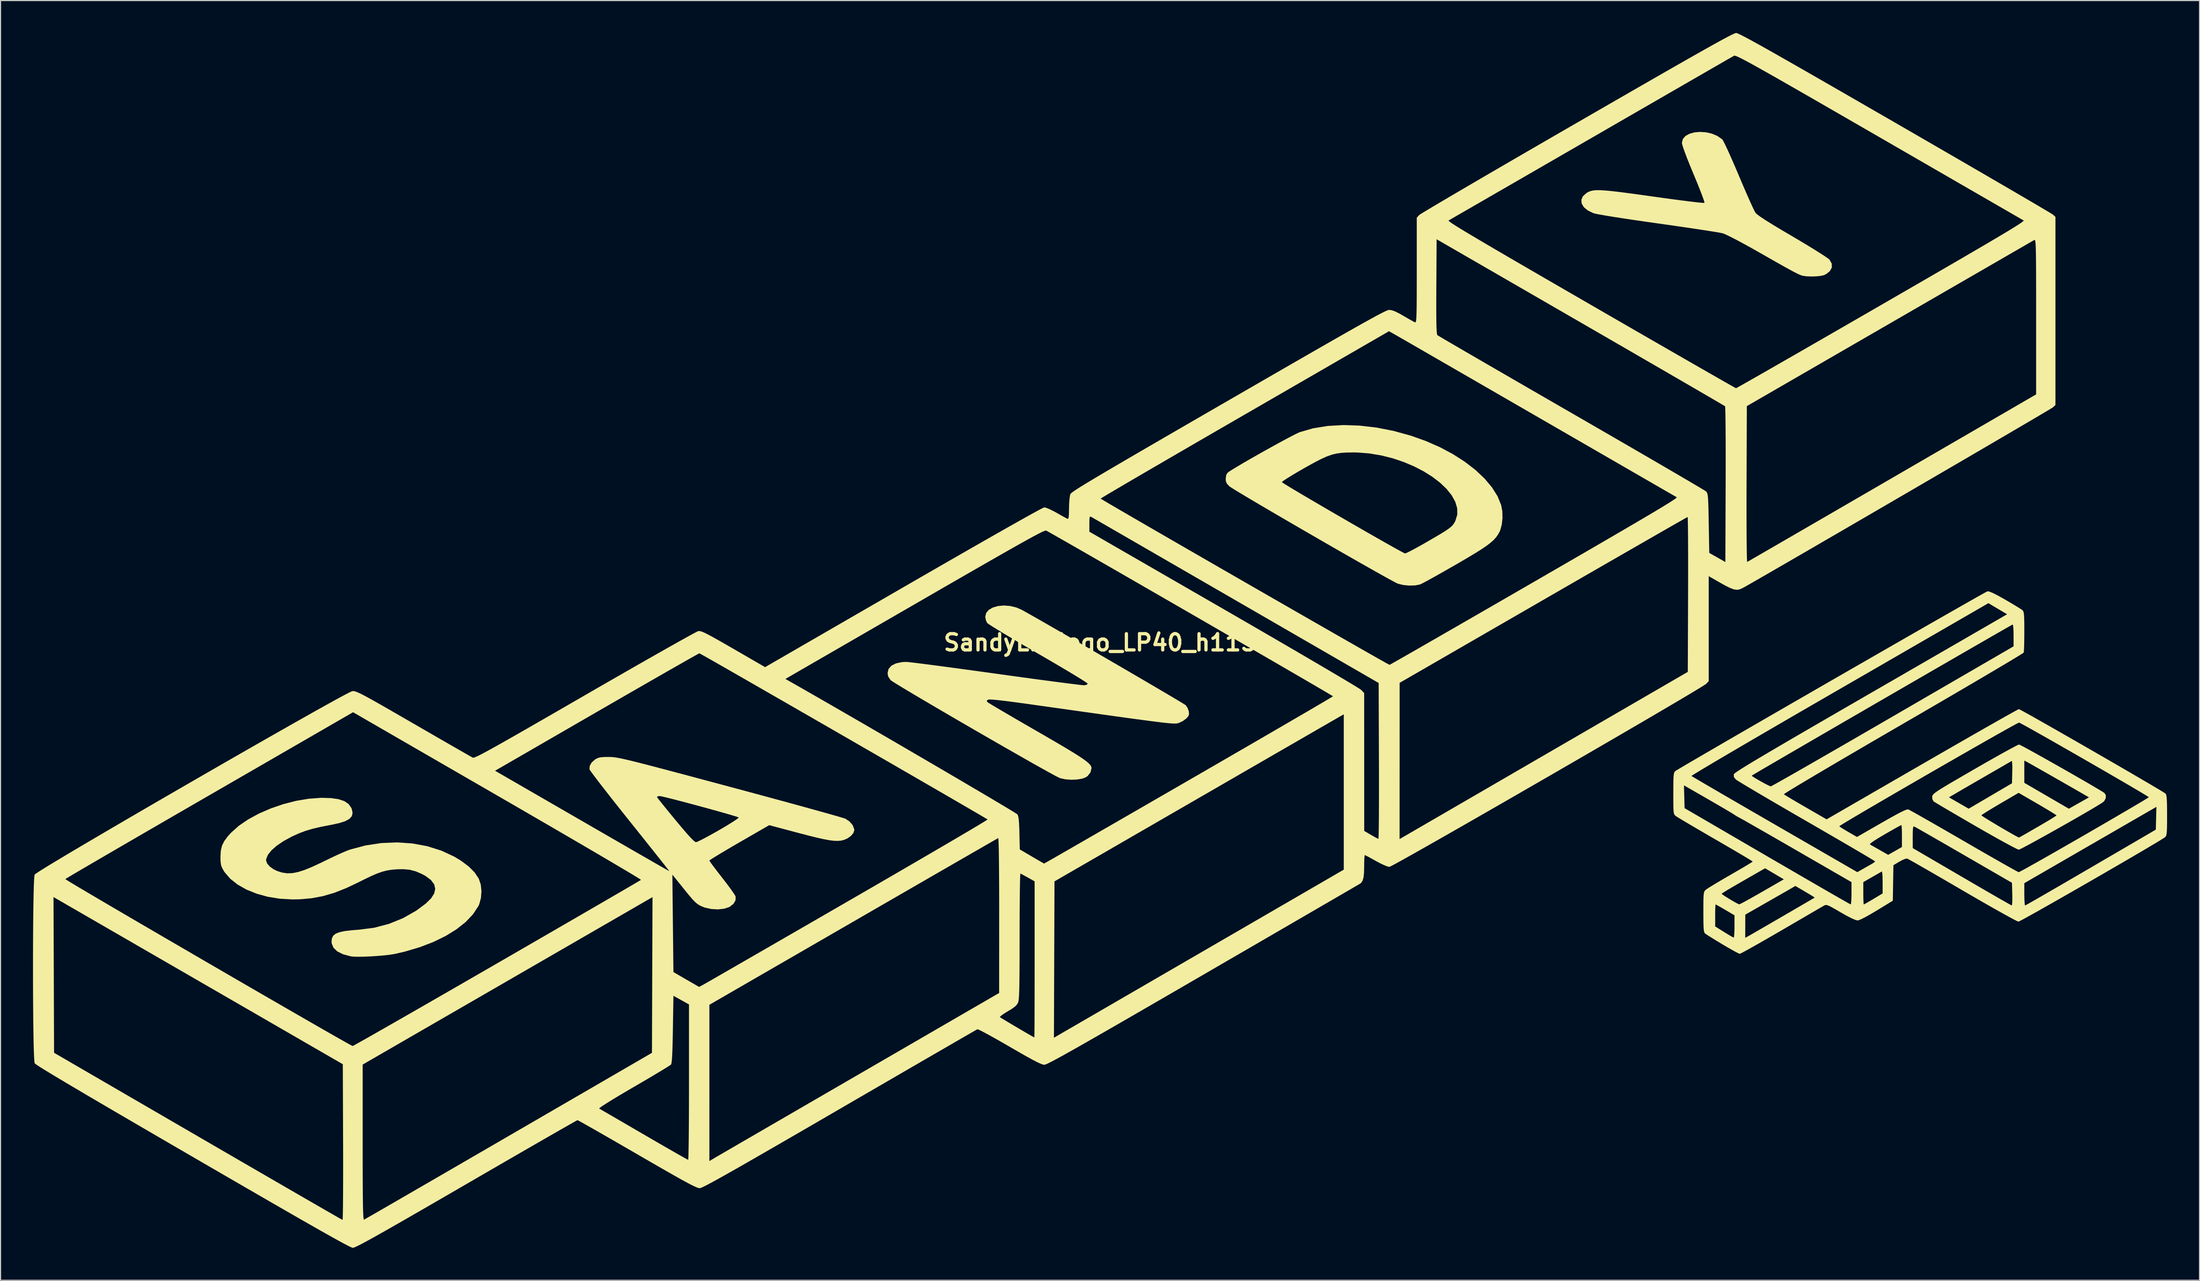
<source format=kicad_pcb>
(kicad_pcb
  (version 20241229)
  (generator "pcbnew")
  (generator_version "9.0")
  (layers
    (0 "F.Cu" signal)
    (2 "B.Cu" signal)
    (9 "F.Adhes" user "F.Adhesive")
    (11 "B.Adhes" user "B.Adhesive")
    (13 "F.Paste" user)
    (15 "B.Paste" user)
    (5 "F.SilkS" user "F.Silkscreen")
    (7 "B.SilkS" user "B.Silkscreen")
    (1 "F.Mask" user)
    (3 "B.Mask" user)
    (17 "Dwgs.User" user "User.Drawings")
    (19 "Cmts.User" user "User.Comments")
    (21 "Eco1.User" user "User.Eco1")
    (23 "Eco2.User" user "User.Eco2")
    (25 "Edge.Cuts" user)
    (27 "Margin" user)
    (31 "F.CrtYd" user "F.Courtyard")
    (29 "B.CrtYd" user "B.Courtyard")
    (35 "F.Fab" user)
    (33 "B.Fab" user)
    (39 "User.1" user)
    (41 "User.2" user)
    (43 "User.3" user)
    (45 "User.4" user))
  (footprint "SandyLP_logo_LP40_h115"
    (layer "F.Cu")
    (at 98.636 56.356)
    (property "Reference" "SandyLP_logo_LP40_h115" (at 0 0 0) (layer "F.SilkS") (effects (font (size 1.5 1.5) (thickness 0.3))))
    (attr board_only exclude_from_pos_files exclude_from_bom)
    (fp_poly (pts (xy 55.988 -47.177) (xy 56.528 -47.057) (xy 57.033 -46.849) (xy 57.472 -46.55) (xy 57.508 -46.519) (xy 57.595 -46.384) (xy 57.747 -46.088) (xy 57.953 -45.655) (xy 58.204 -45.106) (xy 58.488 -44.464) (xy 58.795 -43.752) (xy 59.037 -43.181) (xy 59.357 -42.425) (xy 59.663 -41.716) (xy 59.943 -41.078) (xy 60.187 -40.535) (xy 60.385 -40.11) (xy 60.525 -39.827) (xy 60.586 -39.724) (xy 60.739 -39.579) (xy 61.049 -39.354) (xy 61.519 -39.044) (xy 62.153 -38.649) (xy 62.954 -38.166) (xy 63.927 -37.592) (xy 63.996 -37.552) (xy 64.729 -37.119) (xy 65.416 -36.706) (xy 66.035 -36.326) (xy 66.567 -35.992) (xy 66.989 -35.718) (xy 67.281 -35.516) (xy 67.422 -35.4) (xy 67.422 -35.399) (xy 67.624 -35.038) (xy 67.637 -34.682) (xy 67.468 -34.354) (xy 67.125 -34.076) (xy 66.912 -33.971) (xy 66.625 -33.901) (xy 66.213 -33.858) (xy 65.749 -33.844) (xy 65.304 -33.861) (xy 64.951 -33.91) (xy 64.889 -33.926) (xy 64.754 -33.973) (xy 64.589 -34.042) (xy 64.379 -34.142) (xy 64.104 -34.283) (xy 63.749 -34.474) (xy 63.296 -34.725) (xy 62.727 -35.044) (xy 62.025 -35.442) (xy 61.174 -35.927) (xy 60.92 -36.072) (xy 60.139 -36.513) (xy 59.419 -36.909) (xy 58.782 -37.25) (xy 58.248 -37.524) (xy 57.839 -37.721) (xy 57.575 -37.829) (xy 57.547 -37.837) (xy 57.347 -37.879) (xy 56.97 -37.945) (xy 56.437 -38.032) (xy 55.768 -38.136) (xy 54.982 -38.255) (xy 54.1 -38.386) (xy 53.143 -38.525) (xy 52.129 -38.67) (xy 51.544 -38.752) (xy 50.364 -38.92) (xy 49.279 -39.077) (xy 48.305 -39.224) (xy 47.455 -39.356) (xy 46.745 -39.472) (xy 46.187 -39.57) (xy 45.798 -39.646) (xy 45.591 -39.699) (xy 45.073 -39.952) (xy 44.711 -40.256) (xy 44.512 -40.591) (xy 44.482 -40.934) (xy 44.627 -41.264) (xy 44.954 -41.56) (xy 45.022 -41.602) (xy 45.185 -41.687) (xy 45.363 -41.752) (xy 45.575 -41.798) (xy 45.837 -41.822) (xy 46.166 -41.825) (xy 46.58 -41.804) (xy 47.095 -41.76) (xy 47.729 -41.69) (xy 48.5 -41.593) (xy 49.423 -41.47) (xy 50.517 -41.318) (xy 51.138 -41.231) (xy 52.076 -41.1) (xy 52.954 -40.981) (xy 53.752 -40.876) (xy 54.451 -40.788) (xy 55.031 -40.719) (xy 55.473 -40.672) (xy 55.758 -40.648) (xy 55.865 -40.651) (xy 55.847 -40.759) (xy 55.759 -41.026) (xy 55.612 -41.427) (xy 55.413 -41.938) (xy 55.173 -42.537) (xy 54.899 -43.197) (xy 54.857 -43.299) (xy 54.525 -44.1) (xy 54.246 -44.8) (xy 54.026 -45.381) (xy 53.871 -45.826) (xy 53.789 -46.117) (xy 53.777 -46.206) (xy 53.864 -46.556) (xy 54.106 -46.834) (xy 54.471 -47.038) (xy 54.928 -47.165) (xy 55.444 -47.212)) (stroke (width 0) (type solid)) (fill yes) (layer "F.SilkS"))
    (fp_poly (pts (xy -71.104 14.376) (xy -70.398 14.477) (xy -69.855 14.658) (xy -69.464 14.925) (xy -69.213 15.281) (xy -69.159 15.417) (xy -69.097 15.763) (xy -69.168 16.052) (xy -69.384 16.296) (xy -69.758 16.503) (xy -70.303 16.682) (xy -71.031 16.843) (xy -71.155 16.865) (xy -72.052 17.039) (xy -72.802 17.216) (xy -73.455 17.411) (xy -74.062 17.639) (xy -74.674 17.916) (xy -74.761 17.959) (xy -75.496 18.363) (xy -76.112 18.784) (xy -76.593 19.208) (xy -76.921 19.618) (xy -77.08 20) (xy -77.093 20.129) (xy -77.003 20.406) (xy -76.761 20.694) (xy -76.404 20.956) (xy -76.043 21.128) (xy -75.592 21.266) (xy -75.143 21.33) (xy -74.669 21.315) (xy -74.145 21.215) (xy -73.543 21.024) (xy -72.838 20.737) (xy -72.003 20.348) (xy -71.686 20.193) (xy -71.104 19.91) (xy -70.535 19.643) (xy -70.02 19.412) (xy -69.602 19.236) (xy -69.354 19.143) (xy -67.909 18.757) (xy -66.449 18.534) (xy -64.994 18.473) (xy -63.567 18.57) (xy -62.192 18.825) (xy -60.89 19.235) (xy -59.684 19.796) (xy -59.06 20.176) (xy -58.353 20.707) (xy -57.821 21.242) (xy -57.443 21.807) (xy -57.431 21.828) (xy -57.25 22.356) (xy -57.184 22.974) (xy -57.23 23.611) (xy -57.389 24.193) (xy -57.47 24.369) (xy -57.967 25.122) (xy -58.645 25.837) (xy -59.491 26.507) (xy -60.49 27.123) (xy -61.627 27.678) (xy -62.887 28.162) (xy -64.258 28.568) (xy -65.187 28.783) (xy -65.608 28.853) (xy -66.146 28.915) (xy -66.756 28.969) (xy -67.391 29.01) (xy -68.006 29.037) (xy -68.555 29.046) (xy -68.994 29.037) (xy -69.255 29.009) (xy -69.974 28.816) (xy -70.509 28.551) (xy -70.86 28.216) (xy -71.026 27.811) (xy -71.041 27.632) (xy -71.005 27.335) (xy -70.884 27.099) (xy -70.659 26.915) (xy -70.31 26.775) (xy -69.817 26.67) (xy -69.162 26.593) (xy -68.511 26.545) (xy -67.102 26.364) (xy -65.731 26.003) (xy -64.424 25.472) (xy -63.209 24.781) (xy -62.331 24.129) (xy -61.842 23.65) (xy -61.551 23.191) (xy -61.457 22.754) (xy -61.56 22.338) (xy -61.86 21.945) (xy -62.357 21.576) (xy -62.685 21.397) (xy -63.268 21.146) (xy -63.824 21.001) (xy -64.43 20.948) (xy -65.015 20.962) (xy -65.491 21.002) (xy -65.927 21.072) (xy -66.361 21.184) (xy -66.83 21.35) (xy -67.373 21.584) (xy -68.027 21.899) (xy -68.495 22.134) (xy -69.687 22.701) (xy -70.788 23.134) (xy -71.841 23.442) (xy -72.889 23.638) (xy -73.976 23.733) (xy -74.662 23.746) (xy -75.819 23.681) (xy -76.926 23.502) (xy -77.962 23.217) (xy -78.903 22.837) (xy -79.727 22.37) (xy -80.412 21.826) (xy -80.934 21.215) (xy -81.038 21.049) (xy -81.181 20.78) (xy -81.263 20.526) (xy -81.3 20.217) (xy -81.308 19.794) (xy -81.276 19.243) (xy -81.167 18.78) (xy -80.957 18.352) (xy -80.621 17.902) (xy -80.331 17.582) (xy -79.625 16.947) (xy -78.756 16.352) (xy -77.758 15.81) (xy -76.664 15.335) (xy -75.509 14.938) (xy -74.325 14.633) (xy -73.147 14.434) (xy -72.009 14.353) (xy -71.983 14.352)) (stroke (width 0) (type solid)) (fill yes) (layer "F.SilkS"))
    (fp_poly (pts (xy 23.988 -20.059) (xy 25.551 -19.877) (xy 27.14 -19.565) (xy 28.731 -19.125) (xy 30.113 -18.633) (xy 31.414 -18.062) (xy 32.621 -17.417) (xy 33.721 -16.711) (xy 34.698 -15.956) (xy 35.537 -15.164) (xy 36.222 -14.35) (xy 36.74 -13.525) (xy 37.073 -12.708) (xy 37.178 -12.138) (xy 37.194 -11.508) (xy 37.126 -10.892) (xy 36.977 -10.363) (xy 36.917 -10.231) (xy 36.768 -9.968) (xy 36.592 -9.722) (xy 36.37 -9.479) (xy 36.086 -9.225) (xy 35.721 -8.947) (xy 35.257 -8.632) (xy 34.676 -8.267) (xy 33.962 -7.838) (xy 33.095 -7.331) (xy 32.838 -7.183) (xy 32.131 -6.777) (xy 31.465 -6.399) (xy 30.864 -6.061) (xy 30.349 -5.777) (xy 29.945 -5.559) (xy 29.674 -5.42) (xy 29.574 -5.375) (xy 29.135 -5.286) (xy 28.595 -5.268) (xy 28.038 -5.32) (xy 27.546 -5.437) (xy 27.533 -5.442) (xy 27.364 -5.521) (xy 27.04 -5.692) (xy 26.578 -5.944) (xy 25.992 -6.27) (xy 25.298 -6.66) (xy 24.511 -7.105) (xy 23.647 -7.596) (xy 22.721 -8.125) (xy 21.749 -8.682) (xy 20.747 -9.259) (xy 19.729 -9.847) (xy 18.711 -10.436) (xy 17.709 -11.018) (xy 16.737 -11.584) (xy 15.813 -12.124) (xy 14.95 -12.63) (xy 14.165 -13.094) (xy 13.473 -13.505) (xy 12.889 -13.856) (xy 12.429 -14.136) (xy 12.108 -14.338) (xy 11.942 -14.452) (xy 11.931 -14.461) (xy 11.711 -14.705) (xy 11.664 -14.833) (xy 16.804 -14.833) (xy 16.893 -14.765) (xy 17.138 -14.609) (xy 17.52 -14.375) (xy 18.022 -14.074) (xy 18.627 -13.714) (xy 19.318 -13.307) (xy 20.076 -12.862) (xy 20.885 -12.389) (xy 21.727 -11.9) (xy 22.585 -11.402) (xy 23.44 -10.908) (xy 24.277 -10.426) (xy 25.077 -9.968) (xy 25.823 -9.542) (xy 26.498 -9.159) (xy 27.084 -8.83) (xy 27.563 -8.564) (xy 27.919 -8.371) (xy 28.134 -8.261) (xy 28.189 -8.24) (xy 28.32 -8.286) (xy 28.594 -8.419) (xy 28.983 -8.623) (xy 29.46 -8.884) (xy 29.997 -9.186) (xy 30.174 -9.288) (xy 30.88 -9.698) (xy 31.436 -10.025) (xy 31.861 -10.288) (xy 32.179 -10.5) (xy 32.409 -10.678) (xy 32.575 -10.838) (xy 32.696 -10.997) (xy 32.795 -11.169) (xy 32.844 -11.267) (xy 33.016 -11.834) (xy 33.006 -12.42) (xy 32.828 -13.017) (xy 32.497 -13.615) (xy 32.025 -14.205) (xy 31.427 -14.776) (xy 30.718 -15.321) (xy 29.912 -15.828) (xy 29.022 -16.289) (xy 28.062 -16.695) (xy 27.048 -17.035) (xy 25.992 -17.301) (xy 24.91 -17.483) (xy 23.815 -17.571) (xy 23.416 -17.579) (xy 22.82 -17.571) (xy 22.308 -17.54) (xy 21.847 -17.476) (xy 21.401 -17.366) (xy 20.936 -17.2) (xy 20.419 -16.966) (xy 19.815 -16.654) (xy 19.091 -16.253) (xy 18.768 -16.069) (xy 18.203 -15.743) (xy 17.703 -15.444) (xy 17.291 -15.188) (xy 16.991 -14.991) (xy 16.827 -14.866) (xy 16.804 -14.833) (xy 11.664 -14.833) (xy 11.62 -14.954) (xy 11.609 -15.151) (xy 11.662 -15.507) (xy 11.782 -15.702) (xy 11.957 -15.828) (xy 12.281 -16.034) (xy 12.729 -16.305) (xy 13.275 -16.626) (xy 13.894 -16.984) (xy 14.56 -17.363) (xy 15.248 -17.751) (xy 15.933 -18.131) (xy 16.587 -18.491) (xy 17.188 -18.815) (xy 17.707 -19.09) (xy 18.121 -19.3) (xy 18.403 -19.432) (xy 18.463 -19.456) (xy 19.689 -19.81) (xy 21.034 -20.027) (xy 22.475 -20.11)) (stroke (width 0) (type solid)) (fill yes) (layer "F.SilkS"))
    (fp_poly (pts (xy 85.051 9.474) (xy 85.314 9.609) (xy 85.705 9.82) (xy 86.204 10.094) (xy 86.789 10.419) (xy 87.44 10.783) (xy 88.135 11.175) (xy 88.852 11.581) (xy 89.571 11.99) (xy 90.269 12.391) (xy 90.927 12.769) (xy 91.522 13.115) (xy 92.033 13.415) (xy 92.439 13.657) (xy 92.719 13.83) (xy 92.844 13.915) (xy 92.965 14.123) (xy 92.951 14.393) (xy 92.815 14.651) (xy 92.695 14.761) (xy 92.453 14.918) (xy 92.077 15.147) (xy 91.591 15.436) (xy 91.015 15.772) (xy 90.37 16.144) (xy 89.679 16.54) (xy 88.963 16.946) (xy 88.244 17.352) (xy 87.542 17.744) (xy 86.881 18.111) (xy 86.28 18.441) (xy 85.762 18.722) (xy 85.348 18.941) (xy 85.06 19.086) (xy 84.919 19.145) (xy 84.912 19.146) (xy 84.78 19.097) (xy 84.496 18.957) (xy 84.078 18.738) (xy 83.545 18.449) (xy 82.916 18.101) (xy 82.209 17.703) (xy 81.444 17.267) (xy 80.936 16.974) (xy 80.145 16.515) (xy 79.404 16.084) (xy 79.208 15.969) (xy 81.459 15.969) (xy 81.54 16.036) (xy 81.762 16.182) (xy 82.094 16.389) (xy 82.504 16.638) (xy 82.961 16.912) (xy 83.434 17.191) (xy 83.892 17.457) (xy 84.302 17.692) (xy 84.635 17.877) (xy 84.857 17.993) (xy 84.937 18.024) (xy 85.036 17.972) (xy 85.279 17.835) (xy 85.641 17.629) (xy 86.093 17.369) (xy 86.61 17.071) (xy 86.698 17.02) (xy 87.219 16.716) (xy 87.676 16.444) (xy 88.042 16.22) (xy 88.293 16.061) (xy 88.401 15.982) (xy 88.404 15.978) (xy 88.322 15.914) (xy 88.094 15.767) (xy 87.744 15.553) (xy 87.299 15.287) (xy 86.784 14.984) (xy 86.652 14.907) (xy 84.9 13.891) (xy 83.179 14.898) (xy 82.657 15.207) (xy 82.198 15.484) (xy 81.829 15.713) (xy 81.575 15.878) (xy 81.462 15.963) (xy 81.459 15.969) (xy 79.208 15.969) (xy 78.732 15.691) (xy 78.146 15.347) (xy 77.665 15.062) (xy 77.307 14.848) (xy 77.092 14.716) (xy 77.037 14.679) (xy 76.927 14.474) (xy 76.918 14.307) (xy 78.461 14.307) (xy 79.373 14.832) (xy 80.286 15.358) (xy 82.286 14.183) (xy 84.286 13.009) (xy 84.315 11.953) (xy 84.315 11.936) (xy 85.427 11.936) (xy 85.427 12.965) (xy 87.486 14.163) (xy 89.545 15.36) (xy 90.041 15.079) (xy 90.417 14.867) (xy 90.808 14.645) (xy 90.97 14.554) (xy 91.402 14.309) (xy 90.722 13.914) (xy 90.368 13.71) (xy 89.91 13.447) (xy 89.376 13.141) (xy 88.793 12.808) (xy 88.189 12.463) (xy 87.591 12.122) (xy 87.026 11.801) (xy 86.523 11.515) (xy 86.108 11.28) (xy 85.809 11.112) (xy 85.654 11.026) (xy 85.651 11.025) (xy 85.427 10.907) (xy 85.427 11.936) (xy 84.315 11.936) (xy 84.319 11.529) (xy 84.31 11.194) (xy 84.289 10.989) (xy 84.265 10.943) (xy 84.16 11.004) (xy 83.909 11.149) (xy 83.536 11.364) (xy 83.069 11.634) (xy 82.532 11.944) (xy 82.252 12.106) (xy 81.622 12.47) (xy 80.984 12.839) (xy 80.382 13.188) (xy 79.858 13.492) (xy 79.455 13.727) (xy 79.389 13.765) (xy 78.461 14.307) (xy 76.918 14.307) (xy 76.914 14.247) (xy 76.928 14.17) (xy 76.965 14.093) (xy 77.039 14.004) (xy 77.166 13.894) (xy 77.359 13.754) (xy 77.635 13.574) (xy 78.007 13.344) (xy 78.49 13.055) (xy 79.1 12.697) (xy 79.851 12.26) (xy 80.758 11.735) (xy 80.848 11.683) (xy 81.656 11.219) (xy 82.415 10.786) (xy 83.108 10.396) (xy 83.716 10.058) (xy 84.222 9.782) (xy 84.608 9.579) (xy 84.854 9.457) (xy 84.94 9.426)) (stroke (width 0) (type solid)) (fill yes) (layer "F.SilkS"))
    (fp_poly (pts (xy -8.333 -3.387) (xy -7.76 -3.249) (xy -7.327 -3.069) (xy -7.1 -2.947) (xy -6.726 -2.739) (xy -6.222 -2.454) (xy -5.603 -2.102) (xy -4.884 -1.69) (xy -4.08 -1.228) (xy -3.207 -0.725) (xy -2.279 -0.189) (xy -1.311 0.371) (xy -0.32 0.946) (xy 0.68 1.527) (xy 1.674 2.105) (xy 2.646 2.672) (xy 3.581 3.218) (xy 4.464 3.735) (xy 5.281 4.214) (xy 6.015 4.646) (xy 6.651 5.023) (xy 7.175 5.335) (xy 7.571 5.573) (xy 7.823 5.729) (xy 7.916 5.792) (xy 8.088 6.045) (xy 8.198 6.357) (xy 8.201 6.378) (xy 8.22 6.631) (xy 8.149 6.818) (xy 7.955 7.029) (xy 7.941 7.041) (xy 7.63 7.264) (xy 7.273 7.431) (xy 7.209 7.451) (xy 7.137 7.468) (xy 7.051 7.48) (xy 6.941 7.486) (xy 6.797 7.485) (xy 6.609 7.476) (xy 6.366 7.456) (xy 6.058 7.425) (xy 5.675 7.382) (xy 5.207 7.325) (xy 4.643 7.253) (xy 3.974 7.165) (xy 3.188 7.059) (xy 2.276 6.934) (xy 1.227 6.788) (xy 0.032 6.621) (xy -1.321 6.432) (xy -2.841 6.217) (xy -4.539 5.978) (xy -6.102 5.757) (xy -7.219 5.601) (xy -8.15 5.476) (xy -8.904 5.381) (xy -9.491 5.314) (xy -9.92 5.275) (xy -10.201 5.262) (xy -10.344 5.275) (xy -10.355 5.279) (xy -10.479 5.376) (xy -10.429 5.484) (xy -10.405 5.509) (xy -10.294 5.582) (xy -10.029 5.745) (xy -9.625 5.987) (xy -9.098 6.298) (xy -8.467 6.668) (xy -7.747 7.088) (xy -6.956 7.547) (xy -6.11 8.036) (xy -5.854 8.183) (xy -4.774 8.808) (xy -3.855 9.344) (xy -3.085 9.8) (xy -2.452 10.185) (xy -1.942 10.507) (xy -1.544 10.775) (xy -1.245 10.996) (xy -1.033 11.18) (xy -0.895 11.334) (xy -0.82 11.467) (xy -0.794 11.587) (xy -0.794 11.602) (xy -0.888 11.995) (xy -1.149 12.331) (xy -1.321 12.455) (xy -1.674 12.586) (xy -2.152 12.662) (xy -2.689 12.681) (xy -3.219 12.641) (xy -3.676 12.54) (xy -3.721 12.524) (xy -3.9 12.44) (xy -4.232 12.267) (xy -4.7 12.011) (xy -5.291 11.684) (xy -5.988 11.293) (xy -6.776 10.847) (xy -7.641 10.355) (xy -8.566 9.826) (xy -9.537 9.269) (xy -10.538 8.693) (xy -11.554 8.106) (xy -12.57 7.517) (xy -13.57 6.936) (xy -14.539 6.37) (xy -15.462 5.829) (xy -16.324 5.322) (xy -17.11 4.857) (xy -17.803 4.444) (xy -18.389 4.09) (xy -18.853 3.806) (xy -19.18 3.599) (xy -19.353 3.479) (xy -19.372 3.462) (xy -19.593 3.128) (xy -19.645 2.822) (xy -19.555 2.441) (xy -19.294 2.139) (xy -18.877 1.925) (xy -18.32 1.807) (xy -17.922 1.786) (xy -17.749 1.8) (xy -17.396 1.839) (xy -16.878 1.902) (xy -16.211 1.986) (xy -15.412 2.09) (xy -14.496 2.211) (xy -13.479 2.347) (xy -12.377 2.497) (xy -11.207 2.657) (xy -9.983 2.827) (xy -9.588 2.882) (xy -8.356 3.053) (xy -7.177 3.215) (xy -6.064 3.366) (xy -5.035 3.504) (xy -4.104 3.628) (xy -3.287 3.734) (xy -2.599 3.821) (xy -2.056 3.887) (xy -1.674 3.93) (xy -1.467 3.948) (xy -1.439 3.948) (xy -1.23 3.893) (xy -1.141 3.799) (xy -1.141 3.798) (xy -1.225 3.727) (xy -1.464 3.567) (xy -1.845 3.327) (xy -2.35 3.018) (xy -2.964 2.648) (xy -3.672 2.228) (xy -4.456 1.767) (xy -5.302 1.274) (xy -5.705 1.041) (xy -6.58 0.533) (xy -7.407 0.049) (xy -8.168 -0.401) (xy -8.847 -0.806) (xy -9.428 -1.158) (xy -9.893 -1.446) (xy -10.227 -1.659) (xy -10.411 -1.788) (xy -10.441 -1.815) (xy -10.559 -2.065) (xy -10.614 -2.375) (xy -10.614 -2.397) (xy -10.527 -2.747) (xy -10.281 -3.031) (xy -9.908 -3.244) (xy -9.438 -3.378) (xy -8.903 -3.428)) (stroke (width 0) (type solid)) (fill yes) (layer "F.SilkS"))
    (fp_poly (pts (xy 82.217 -4.709) (xy 82.562 -4.563) (xy 83.063 -4.305) (xy 83.664 -3.967) (xy 84.153 -3.681) (xy 84.591 -3.42) (xy 84.944 -3.204) (xy 85.18 -3.052) (xy 85.254 -2.998) (xy 85.316 -2.924) (xy 85.361 -2.808) (xy 85.393 -2.621) (xy 85.412 -2.335) (xy 85.423 -1.92) (xy 85.427 -1.348) (xy 85.427 -1.035) (xy 85.424 -0.447) (xy 85.416 0.078) (xy 85.404 0.505) (xy 85.388 0.799) (xy 85.371 0.924) (xy 85.28 0.991) (xy 85.027 1.151) (xy 84.623 1.399) (xy 84.077 1.728) (xy 83.4 2.131) (xy 82.603 2.604) (xy 81.694 3.141) (xy 80.686 3.734) (xy 79.587 4.379) (xy 78.407 5.068) (xy 77.158 5.797) (xy 75.849 6.559) (xy 74.491 7.348) (xy 74.219 7.506) (xy 72.854 8.298) (xy 71.539 9.063) (xy 70.284 9.796) (xy 69.098 10.49) (xy 67.991 11.139) (xy 66.974 11.738) (xy 66.057 12.281) (xy 65.249 12.761) (xy 64.56 13.173) (xy 64.001 13.51) (xy 63.582 13.768) (xy 63.313 13.94) (xy 63.203 14.019) (xy 63.201 14.023) (xy 63.306 14.095) (xy 63.558 14.25) (xy 63.931 14.474) (xy 64.399 14.75) (xy 64.937 15.063) (xy 65.216 15.224) (xy 67.152 16.342) (xy 75.967 11.248) (xy 77.185 10.545) (xy 78.356 9.871) (xy 79.468 9.232) (xy 80.509 8.635) (xy 81.469 8.086) (xy 82.336 7.592) (xy 83.097 7.16) (xy 83.742 6.797) (xy 84.258 6.508) (xy 84.635 6.3) (xy 84.861 6.181) (xy 84.924 6.153) (xy 85.029 6.201) (xy 85.29 6.34) (xy 85.69 6.56) (xy 86.213 6.853) (xy 86.844 7.209) (xy 87.566 7.619) (xy 88.363 8.073) (xy 89.22 8.563) (xy 90.12 9.078) (xy 91.047 9.611) (xy 91.985 10.151) (xy 92.919 10.69) (xy 93.832 11.218) (xy 94.708 11.726) (xy 95.531 12.205) (xy 96.285 12.646) (xy 96.955 13.038) (xy 97.523 13.374) (xy 97.975 13.644) (xy 98.294 13.838) (xy 98.464 13.948) (xy 98.485 13.965) (xy 98.536 14.058) (xy 98.574 14.238) (xy 98.599 14.529) (xy 98.615 14.954) (xy 98.622 15.54) (xy 98.623 15.966) (xy 98.622 16.627) (xy 98.615 17.118) (xy 98.6 17.466) (xy 98.575 17.701) (xy 98.538 17.851) (xy 98.486 17.944) (xy 98.45 17.98) (xy 98.311 18.077) (xy 98.02 18.259) (xy 97.592 18.519) (xy 97.043 18.846) (xy 96.391 19.232) (xy 95.65 19.667) (xy 94.837 20.142) (xy 93.968 20.647) (xy 93.059 21.174) (xy 92.127 21.714) (xy 91.186 22.256) (xy 90.254 22.791) (xy 89.346 23.311) (xy 88.478 23.806) (xy 87.667 24.267) (xy 86.929 24.685) (xy 86.279 25.05) (xy 85.734 25.352) (xy 85.31 25.584) (xy 85.023 25.735) (xy 84.889 25.796) (xy 84.884 25.797) (xy 84.758 25.748) (xy 84.477 25.607) (xy 84.058 25.383) (xy 83.515 25.084) (xy 82.866 24.721) (xy 82.126 24.301) (xy 81.31 23.834) (xy 80.436 23.328) (xy 79.708 22.904) (xy 78.799 22.374) (xy 77.939 21.873) (xy 77.143 21.412) (xy 76.427 20.998) (xy 75.806 20.642) (xy 75.296 20.351) (xy 74.913 20.136) (xy 74.673 20.005) (xy 74.595 19.967) (xy 74.427 19.993) (xy 74.156 20.103) (xy 73.878 20.253) (xy 73.327 20.582) (xy 73.3 22.222) (xy 73.273 23.862) (xy 71.785 24.773) (xy 71.214 25.112) (xy 70.724 25.385) (xy 70.339 25.578) (xy 70.084 25.679) (xy 70.019 25.69) (xy 69.803 25.638) (xy 69.441 25.48) (xy 68.948 25.223) (xy 68.447 24.938) (xy 67.949 24.647) (xy 67.592 24.447) (xy 67.344 24.323) (xy 67.174 24.265) (xy 67.053 24.26) (xy 66.949 24.297) (xy 66.889 24.33) (xy 66.749 24.412) (xy 66.456 24.582) (xy 66.031 24.829) (xy 65.492 25.143) (xy 64.859 25.513) (xy 64.15 25.926) (xy 63.385 26.372) (xy 62.945 26.628) (xy 62.164 27.081) (xy 61.433 27.502) (xy 60.77 27.88) (xy 60.194 28.205) (xy 59.724 28.466) (xy 59.377 28.653) (xy 59.172 28.756) (xy 59.125 28.773) (xy 58.997 28.724) (xy 58.731 28.588) (xy 58.358 28.382) (xy 57.908 28.124) (xy 57.537 27.905) (xy 57.046 27.609) (xy 56.607 27.339) (xy 56.531 27.292) (xy 59.63 27.292) (xy 59.854 27.174) (xy 59.99 27.097) (xy 60.277 26.933) (xy 60.692 26.694) (xy 61.214 26.392) (xy 61.821 26.04) (xy 62.493 25.651) (xy 63.054 25.325) (xy 63.75 24.92) (xy 64.39 24.547) (xy 64.953 24.219) (xy 65.42 23.946) (xy 65.772 23.741) (xy 65.988 23.613) (xy 66.05 23.576) (xy 65.979 23.522) (xy 65.77 23.389) (xy 65.458 23.201) (xy 65.167 23.029) (xy 64.264 22.501) (xy 63.947 22.685) (xy 63.771 22.787) (xy 63.451 22.971) (xy 63.018 23.219) (xy 62.5 23.515) (xy 61.928 23.843) (xy 61.634 24.011) (xy 59.637 25.152) (xy 59.634 26.222) (xy 59.63 27.292) (xy 56.531 27.292) (xy 56.25 27.117) (xy 56.009 26.961) (xy 55.925 26.901) (xy 55.866 26.829) (xy 55.823 26.707) (xy 55.794 26.507) (xy 55.775 26.201) (xy 55.765 25.762) (xy 55.762 25.226) (xy 56.853 25.226) (xy 56.854 26.243) (xy 57.672 26.755) (xy 58.029 26.974) (xy 58.324 27.149) (xy 58.515 27.255) (xy 58.564 27.275) (xy 58.594 27.187) (xy 58.619 26.941) (xy 58.634 26.578) (xy 58.638 26.249) (xy 58.638 25.213) (xy 57.786 24.711) (xy 57.422 24.5) (xy 57.127 24.332) (xy 56.939 24.23) (xy 56.893 24.209) (xy 56.876 24.302) (xy 56.863 24.551) (xy 56.855 24.916) (xy 56.853 25.226) (xy 55.762 25.226) (xy 55.761 25.162) (xy 55.761 24.909) (xy 55.762 24.258) (xy 55.767 23.777) (xy 55.779 23.435) (xy 55.799 23.221) (xy 57.45 23.221) (xy 57.528 23.292) (xy 57.733 23.432) (xy 58.019 23.613) (xy 58.341 23.808) (xy 58.653 23.989) (xy 58.908 24.128) (xy 59.061 24.198) (xy 59.076 24.201) (xy 59.184 24.156) (xy 59.438 24.025) (xy 59.814 23.821) (xy 60.285 23.558) (xy 60.828 23.25) (xy 61.181 23.048) (xy 63.196 21.887) (xy 62.331 21.376) (xy 61.466 20.866) (xy 61.016 21.124) (xy 60.782 21.258) (xy 60.413 21.47) (xy 59.95 21.735) (xy 59.43 22.034) (xy 59.01 22.275) (xy 58.513 22.563) (xy 58.081 22.818) (xy 57.742 23.024) (xy 57.523 23.164) (xy 57.45 23.221) (xy 55.799 23.221) (xy 55.801 23.203) (xy 55.837 23.051) (xy 55.89 22.951) (xy 55.963 22.872) (xy 55.984 22.853) (xy 56.132 22.748) (xy 56.425 22.562) (xy 56.836 22.311) (xy 57.339 22.012) (xy 57.905 21.681) (xy 58.266 21.473) (xy 58.841 21.141) (xy 59.354 20.841) (xy 59.782 20.588) (xy 60.099 20.394) (xy 60.284 20.274) (xy 60.321 20.242) (xy 60.237 20.183) (xy 60 20.036) (xy 59.627 19.811) (xy 59.136 19.52) (xy 58.547 19.173) (xy 57.877 18.782) (xy 57.145 18.356) (xy 56.886 18.207) (xy 56.126 17.766) (xy 55.412 17.35) (xy 54.765 16.97) (xy 54.204 16.64) (xy 53.75 16.369) (xy 53.422 16.171) (xy 53.241 16.057) (xy 53.219 16.041) (xy 53.138 15.974) (xy 53.077 15.895) (xy 53.035 15.776) (xy 53.008 15.589) (xy 52.992 15.304) (xy 52.985 14.894) (xy 52.983 14.329) (xy 52.983 13.948) (xy 52.985 13.278) (xy 52.986 13.2) (xy 53.968 13.2) (xy 53.996 14.254) (xy 54.025 15.308) (xy 61.664 19.757) (xy 62.794 20.414) (xy 63.876 21.043) (xy 64.896 21.635) (xy 65.842 22.183) (xy 66.703 22.681) (xy 67.466 23.121) (xy 68.119 23.496) (xy 68.648 23.8) (xy 69.043 24.024) (xy 69.291 24.162) (xy 69.379 24.208) (xy 69.409 24.116) (xy 69.434 23.867) (xy 69.449 23.502) (xy 69.453 23.178) (xy 69.453 22.146) (xy 69.448 22.143) (xy 70.545 22.143) (xy 70.545 23.176) (xy 70.548 23.602) (xy 70.558 23.942) (xy 70.573 24.157) (xy 70.587 24.209) (xy 70.684 24.162) (xy 70.913 24.033) (xy 71.235 23.846) (xy 71.48 23.701) (xy 72.33 23.192) (xy 72.33 22.157) (xy 72.324 21.736) (xy 72.306 21.406) (xy 72.28 21.206) (xy 72.256 21.164) (xy 72.142 21.229) (xy 71.898 21.368) (xy 71.566 21.558) (xy 71.363 21.675) (xy 70.545 22.143) (xy 69.448 22.143) (xy 64.426 19.243) (xy 63.504 18.711) (xy 62.626 18.205) (xy 61.808 17.735) (xy 61.067 17.31) (xy 60.42 16.94) (xy 59.881 16.633) (xy 59.469 16.399) (xy 59.198 16.248) (xy 59.093 16.192) (xy 58.835 16.053) (xy 58.64 15.924) (xy 58.638 15.923) (xy 58.515 15.842) (xy 58.243 15.677) (xy 57.849 15.443) (xy 57.356 15.154) (xy 56.788 14.824) (xy 56.229 14.501) (xy 53.968 13.2) (xy 52.986 13.2) (xy 52.991 12.779) (xy 53.005 12.422) (xy 53.014 12.333) (xy 54.663 12.333) (xy 54.758 12.393) (xy 55.013 12.545) (xy 55.415 12.782) (xy 55.952 13.097) (xy 56.611 13.481) (xy 57.38 13.929) (xy 58.247 14.433) (xy 59.199 14.985) (xy 60.224 15.579) (xy 61.309 16.207) (xy 62.365 16.818) (xy 69.991 21.223) (xy 70.541 20.91) (xy 70.881 20.716) (xy 71.193 20.539) (xy 71.362 20.444) (xy 71.552 20.32) (xy 71.635 20.231) (xy 71.635 20.229) (xy 71.552 20.171) (xy 71.309 20.022) (xy 70.922 19.789) (xy 70.403 19.482) (xy 69.765 19.107) (xy 69.022 18.672) (xy 68.974 18.644) (xy 71.15 18.644) (xy 71.159 18.663) (xy 71.3 18.743) (xy 71.565 18.894) (xy 71.908 19.09) (xy 72.066 19.18) (xy 72.844 19.623) (xy 73.479 19.262) (xy 74.115 18.901) (xy 74.115 17.927) (xy 75.112 17.927) (xy 75.112 17.973) (xy 75.115 19) (xy 79.651 21.649) (xy 80.518 22.154) (xy 81.332 22.628) (xy 82.08 23.061) (xy 82.744 23.444) (xy 83.308 23.768) (xy 83.757 24.024) (xy 84.073 24.202) (xy 84.242 24.293) (xy 84.265 24.303) (xy 84.294 24.213) (xy 84.313 23.965) (xy 84.319 23.6) (xy 84.314 23.258) (xy 84.287 22.242) (xy 85.427 22.242) (xy 85.427 23.275) (xy 85.434 23.701) (xy 85.452 24.04) (xy 85.478 24.253) (xy 85.502 24.306) (xy 85.598 24.256) (xy 85.851 24.115) (xy 86.248 23.889) (xy 86.774 23.587) (xy 87.416 23.217) (xy 88.159 22.787) (xy 88.99 22.305) (xy 89.895 21.779) (xy 90.86 21.217) (xy 91.579 20.798) (xy 97.582 17.294) (xy 97.61 16.24) (xy 97.638 15.187) (xy 95.526 16.406) (xy 94.977 16.723) (xy 94.288 17.121) (xy 93.489 17.583) (xy 92.611 18.09) (xy 91.686 18.624) (xy 90.744 19.168) (xy 89.818 19.704) (xy 89.421 19.933) (xy 85.427 22.242) (xy 84.287 22.242) (xy 84.286 22.208) (xy 79.821 19.625) (xy 78.959 19.127) (xy 78.147 18.658) (xy 77.401 18.229) (xy 76.739 17.848) (xy 76.176 17.526) (xy 75.73 17.271) (xy 75.416 17.094) (xy 75.252 17.003) (xy 75.233 16.994) (xy 75.174 17.019) (xy 75.137 17.167) (xy 75.117 17.461) (xy 75.112 17.927) (xy 74.115 17.927) (xy 74.115 17.884) (xy 74.111 17.462) (xy 74.099 17.126) (xy 74.08 16.916) (xy 74.064 16.867) (xy 73.965 16.914) (xy 73.724 17.045) (xy 73.369 17.244) (xy 72.928 17.494) (xy 72.521 17.728) (xy 71.937 18.073) (xy 71.51 18.344) (xy 71.246 18.535) (xy 71.15 18.644) (xy 68.974 18.644) (xy 68.188 18.186) (xy 67.276 17.657) (xy 66.3 17.091) (xy 66.113 16.983) (xy 68.324 16.983) (xy 68.422 17.059) (xy 68.652 17.206) (xy 68.974 17.4) (xy 69.162 17.51) (xy 69.96 17.97) (xy 72.229 16.666) (xy 72.972 16.243) (xy 73.561 15.917) (xy 74.012 15.679) (xy 74.34 15.523) (xy 74.562 15.44) (xy 74.691 15.423) (xy 74.707 15.427) (xy 74.829 15.488) (xy 75.106 15.639) (xy 75.523 15.873) (xy 76.064 16.179) (xy 76.712 16.548) (xy 77.451 16.972) (xy 78.266 17.441) (xy 79.141 17.946) (xy 79.848 18.356) (xy 80.755 18.881) (xy 81.612 19.375) (xy 82.404 19.829) (xy 83.115 20.235) (xy 83.729 20.583) (xy 84.232 20.865) (xy 84.606 21.072) (xy 84.838 21.195) (xy 84.909 21.226) (xy 85.014 21.179) (xy 85.276 21.04) (xy 85.682 20.817) (xy 86.216 20.519) (xy 86.866 20.153) (xy 87.616 19.728) (xy 88.453 19.25) (xy 89.362 18.73) (xy 90.329 18.174) (xy 90.986 17.795) (xy 91.98 17.219) (xy 92.923 16.672) (xy 93.799 16.162) (xy 94.596 15.696) (xy 95.299 15.284) (xy 95.894 14.932) (xy 96.369 14.65) (xy 96.708 14.445) (xy 96.898 14.325) (xy 96.935 14.297) (xy 96.852 14.236) (xy 96.612 14.086) (xy 96.234 13.858) (xy 95.734 13.562) (xy 95.128 13.206) (xy 94.435 12.801) (xy 93.671 12.357) (xy 92.852 11.882) (xy 91.996 11.388) (xy 91.12 10.883) (xy 90.24 10.377) (xy 89.373 9.881) (xy 88.537 9.403) (xy 87.748 8.954) (xy 87.023 8.543) (xy 86.379 8.18) (xy 85.833 7.874) (xy 85.402 7.636) (xy 85.103 7.476) (xy 84.952 7.402) (xy 84.939 7.398) (xy 84.832 7.445) (xy 84.569 7.583) (xy 84.165 7.804) (xy 83.634 8.1) (xy 82.99 8.462) (xy 82.248 8.882) (xy 81.422 9.352) (xy 80.526 9.863) (xy 79.574 10.408) (xy 78.581 10.978) (xy 77.56 11.564) (xy 76.527 12.16) (xy 75.495 12.756) (xy 74.479 13.344) (xy 73.493 13.916) (xy 72.552 14.463) (xy 71.669 14.979) (xy 70.858 15.453) (xy 70.135 15.879) (xy 69.513 16.247) (xy 69.007 16.55) (xy 68.63 16.779) (xy 68.398 16.926) (xy 68.324 16.983) (xy 66.113 16.983) (xy 65.311 16.52) (xy 64.277 15.922) (xy 63.289 15.349) (xy 62.362 14.809) (xy 61.509 14.31) (xy 60.745 13.86) (xy 60.084 13.468) (xy 59.539 13.142) (xy 59.125 12.89) (xy 58.856 12.721) (xy 58.749 12.646) (xy 58.579 12.415) (xy 58.576 12.303) (xy 60.228 12.303) (xy 60.308 12.376) (xy 60.52 12.513) (xy 60.818 12.69) (xy 61.155 12.881) (xy 61.488 13.061) (xy 61.77 13.203) (xy 61.956 13.284) (xy 61.994 13.292) (xy 62.094 13.244) (xy 62.356 13.101) (xy 62.769 12.871) (xy 63.322 12.558) (xy 64.007 12.169) (xy 64.811 11.709) (xy 65.726 11.185) (xy 66.74 10.602) (xy 67.845 9.966) (xy 69.029 9.283) (xy 70.282 8.558) (xy 71.594 7.799) (xy 72.955 7.01) (xy 73.28 6.821) (xy 84.435 0.347) (xy 84.435 -0.678) (xy 84.427 -1.098) (xy 84.407 -1.428) (xy 84.377 -1.628) (xy 84.35 -1.67) (xy 84.243 -1.613) (xy 83.978 -1.463) (xy 83.567 -1.229) (xy 83.021 -0.916) (xy 82.352 -0.532) (xy 81.572 -0.082) (xy 80.693 0.424) (xy 79.726 0.982) (xy 78.684 1.584) (xy 77.579 2.223) (xy 76.421 2.892) (xy 75.224 3.585) (xy 73.999 4.294) (xy 72.757 5.013) (xy 71.51 5.735) (xy 70.272 6.453) (xy 69.052 7.16) (xy 67.864 7.849) (xy 66.718 8.514) (xy 65.627 9.148) (xy 64.603 9.743) (xy 63.657 10.293) (xy 62.802 10.791) (xy 62.049 11.23) (xy 61.409 11.604) (xy 60.896 11.904) (xy 60.52 12.126) (xy 60.294 12.261) (xy 60.228 12.303) (xy 58.576 12.303) (xy 58.572 12.184) (xy 58.608 12.135) (xy 58.703 12.054) (xy 58.864 11.938) (xy 59.098 11.782) (xy 59.414 11.581) (xy 59.817 11.331) (xy 60.316 11.029) (xy 60.918 10.669) (xy 61.63 10.247) (xy 62.459 9.759) (xy 63.412 9.201) (xy 64.498 8.567) (xy 65.723 7.855) (xy 67.094 7.06) (xy 68.62 6.176) (xy 70.306 5.201) (xy 71.235 4.664) (xy 83.837 -2.618) (xy 82.97 -3.131) (xy 82.104 -3.644) (xy 81.707 -3.412) (xy 81.577 -3.337) (xy 81.285 -3.168) (xy 80.84 -2.91) (xy 80.253 -2.571) (xy 79.532 -2.154) (xy 78.687 -1.666) (xy 77.727 -1.111) (xy 76.664 -0.497) (xy 75.504 0.173) (xy 74.26 0.892) (xy 72.939 1.655) (xy 71.553 2.456) (xy 70.109 3.289) (xy 68.619 4.15) (xy 67.949 4.537) (xy 66.449 5.404) (xy 64.997 6.245) (xy 63.602 7.054) (xy 62.275 7.826) (xy 61.023 8.555) (xy 59.856 9.236) (xy 58.783 9.864) (xy 57.813 10.434) (xy 56.956 10.939) (xy 56.221 11.375) (xy 55.617 11.736) (xy 55.152 12.017) (xy 54.837 12.212) (xy 54.679 12.316) (xy 54.663 12.333) (xy 53.014 12.333) (xy 53.029 12.181) (xy 53.064 12.027) (xy 53.114 11.932) (xy 53.156 11.889) (xy 53.271 11.815) (xy 53.545 11.649) (xy 53.968 11.398) (xy 54.53 11.068) (xy 55.22 10.665) (xy 56.025 10.196) (xy 56.937 9.666) (xy 57.942 9.082) (xy 59.032 8.451) (xy 60.194 7.778) (xy 61.418 7.07) (xy 62.693 6.334) (xy 64.007 5.575) (xy 65.351 4.8) (xy 66.712 4.015) (xy 68.08 3.226) (xy 69.445 2.441) (xy 70.795 1.664) (xy 72.119 0.903) (xy 73.406 0.164) (xy 74.645 -0.548) (xy 75.826 -1.225) (xy 76.937 -1.862) (xy 77.968 -2.451) (xy 78.907 -2.988) (xy 79.744 -3.464) (xy 80.468 -3.876) (xy 81.067 -4.215) (xy 81.531 -4.475) (xy 81.849 -4.651) (xy 82.01 -4.736) (xy 82.027 -4.743)) (stroke (width 0) (type solid)) (fill yes) (layer "F.SilkS"))
    (fp_poly (pts (xy 58.866 -56.339) (xy 59.004 -56.283) (xy 59.21 -56.186) (xy 59.491 -56.043) (xy 59.854 -55.852) (xy 60.305 -55.607) (xy 60.852 -55.305) (xy 61.501 -54.942) (xy 62.259 -54.515) (xy 63.133 -54.019) (xy 64.129 -53.451) (xy 65.255 -52.807) (xy 66.516 -52.083) (xy 67.921 -51.275) (xy 69.475 -50.38) (xy 71.186 -49.393) (xy 73.06 -48.312) (xy 73.495 -48.06) (xy 75.057 -47.158) (xy 76.573 -46.28) (xy 78.036 -45.433) (xy 79.436 -44.622) (xy 80.764 -43.851) (xy 82.01 -43.127) (xy 83.167 -42.454) (xy 84.224 -41.838) (xy 85.173 -41.284) (xy 86.004 -40.797) (xy 86.709 -40.383) (xy 87.278 -40.047) (xy 87.703 -39.794) (xy 87.974 -39.63) (xy 88.081 -39.559) (xy 88.305 -39.355) (xy 88.305 -30.659) (xy 88.305 -21.962) (xy 88.081 -21.752) (xy 87.98 -21.687) (xy 87.717 -21.528) (xy 87.305 -21.283) (xy 86.754 -20.957) (xy 86.075 -20.557) (xy 85.279 -20.09) (xy 84.377 -19.561) (xy 83.38 -18.977) (xy 82.298 -18.344) (xy 81.144 -17.669) (xy 79.927 -16.958) (xy 78.659 -16.218) (xy 77.35 -15.455) (xy 76.012 -14.675) (xy 74.655 -13.884) (xy 73.29 -13.089) (xy 71.929 -12.297) (xy 70.582 -11.513) (xy 69.261 -10.745) (xy 67.975 -9.998) (xy 66.736 -9.279) (xy 65.556 -8.593) (xy 64.444 -7.949) (xy 63.412 -7.351) (xy 62.471 -6.807) (xy 61.632 -6.322) (xy 60.905 -5.903) (xy 60.302 -5.557) (xy 59.833 -5.289) (xy 59.51 -5.107) (xy 59.349 -5.019) (xy 59.095 -4.913) (xy 58.845 -4.878) (xy 58.563 -4.923) (xy 58.212 -5.056) (xy 57.757 -5.286) (xy 57.373 -5.5) (xy 56.257 -6.138) (xy 56.257 -1.289) (xy 56.257 3.561) (xy 56.034 3.803) (xy 55.915 3.889) (xy 55.636 4.066) (xy 55.208 4.329) (xy 54.642 4.67) (xy 53.948 5.084) (xy 53.137 5.564) (xy 52.22 6.104) (xy 51.209 6.698) (xy 50.113 7.339) (xy 48.945 8.021) (xy 47.714 8.739) (xy 46.431 9.484) (xy 45.109 10.253) (xy 43.756 11.037) (xy 42.385 11.831) (xy 41.006 12.628) (xy 39.629 13.422) (xy 38.267 14.208) (xy 36.929 14.978) (xy 35.627 15.726) (xy 34.372 16.446) (xy 33.174 17.132) (xy 32.044 17.777) (xy 30.993 18.376) (xy 30.032 18.921) (xy 29.172 19.407) (xy 28.424 19.827) (xy 27.799 20.176) (xy 27.307 20.446) (xy 26.959 20.631) (xy 26.766 20.725) (xy 26.733 20.737) (xy 26.533 20.689) (xy 26.211 20.558) (xy 25.814 20.366) (xy 25.491 20.191) (xy 25.099 19.972) (xy 24.773 19.795) (xy 24.549 19.68) (xy 24.467 19.645) (xy 24.443 19.738) (xy 24.423 19.987) (xy 24.411 20.353) (xy 24.408 20.682) (xy 24.394 21.28) (xy 24.349 21.712) (xy 24.265 22.01) (xy 24.135 22.207) (xy 24.029 22.29) (xy 23.926 22.35) (xy 23.661 22.505) (xy 23.242 22.749) (xy 22.679 23.077) (xy 21.98 23.483) (xy 21.154 23.963) (xy 20.211 24.51) (xy 19.16 25.121) (xy 18.009 25.789) (xy 16.768 26.51) (xy 15.446 27.278) (xy 14.051 28.088) (xy 12.593 28.934) (xy 11.08 29.812) (xy 9.525 30.715) (xy 7.632 31.813) (xy 5.904 32.815) (xy 4.333 33.724) (xy 2.912 34.546) (xy 1.634 35.284) (xy 0.492 35.941) (xy -0.521 36.522) (xy -1.412 37.031) (xy -2.188 37.472) (xy -2.857 37.848) (xy -3.424 38.165) (xy -3.898 38.425) (xy -4.286 38.633) (xy -4.593 38.793) (xy -4.829 38.909) (xy -4.998 38.984) (xy -5.11 39.024) (xy -5.159 39.032) (xy -5.302 39.007) (xy -5.518 38.927) (xy -5.821 38.786) (xy -6.229 38.575) (xy -6.757 38.286) (xy -7.42 37.909) (xy -8.234 37.439) (xy -8.362 37.364) (xy -9.048 36.968) (xy -9.681 36.608) (xy -9.817 36.533) (xy -4.268 36.533) (xy -3.945 36.345) (xy -3.823 36.274) (xy -3.54 36.11) (xy -3.104 35.857) (xy -2.525 35.521) (xy -1.813 35.108) (xy -0.977 34.624) (xy -0.028 34.073) (xy 1.026 33.462) (xy 2.174 32.795) (xy 3.408 32.08) (xy 4.716 31.321) (xy 6.091 30.523) (xy 7.522 29.693) (xy 9 28.836) (xy 9.451 28.575) (xy 22.523 20.992) (xy 22.523 18.168) (xy 27.682 18.168) (xy 27.955 18.008) (xy 28.071 17.941) (xy 28.348 17.78) (xy 28.779 17.53) (xy 29.352 17.197) (xy 30.058 16.787) (xy 30.889 16.305) (xy 31.833 15.757) (xy 32.882 15.149) (xy 34.026 14.485) (xy 35.255 13.772) (xy 36.56 13.014) (xy 37.932 12.218) (xy 39.36 11.39) (xy 40.835 10.534) (xy 41.275 10.279) (xy 54.322 2.709) (xy 54.348 -4.45) (xy 54.351 -5.622) (xy 54.352 -6.735) (xy 54.352 -7.772) (xy 54.349 -8.718) (xy 54.345 -9.557) (xy 54.34 -10.274) (xy 54.333 -10.853) (xy 54.325 -11.279) (xy 54.315 -11.535) (xy 54.305 -11.609) (xy 54.213 -11.56) (xy 53.959 -11.417) (xy 53.551 -11.186) (xy 52.999 -10.871) (xy 52.313 -10.479) (xy 51.502 -10.014) (xy 50.575 -9.481) (xy 49.541 -8.887) (xy 48.409 -8.237) (xy 47.19 -7.535) (xy 45.892 -6.787) (xy 44.525 -6) (xy 43.098 -5.176) (xy 41.62 -4.324) (xy 40.963 -3.944) (xy 27.687 3.721) (xy 27.685 10.944) (xy 27.682 18.168) (xy 22.523 18.168) (xy 22.523 13.814) (xy 22.523 6.635) (xy 22.151 6.844) (xy 22.023 6.917) (xy 21.734 7.084) (xy 21.292 7.339) (xy 20.707 7.676) (xy 19.99 8.09) (xy 19.149 8.576) (xy 18.195 9.127) (xy 17.137 9.738) (xy 15.984 10.403) (xy 14.748 11.118) (xy 13.436 11.875) (xy 12.06 12.671) (xy 10.628 13.498) (xy 9.151 14.351) (xy 8.781 14.565) (xy -4.217 22.077) (xy -4.242 29.305) (xy -4.268 36.533) (xy -9.817 36.533) (xy -10.243 36.296) (xy -10.71 36.044) (xy -11.063 35.862) (xy -11.281 35.762) (xy -11.341 35.747) (xy -11.44 35.802) (xy -11.7 35.95) (xy -12.113 36.188) (xy -12.669 36.508) (xy -13.358 36.906) (xy -14.17 37.376) (xy -15.097 37.912) (xy -16.127 38.509) (xy -17.253 39.161) (xy -18.463 39.863) (xy -19.749 40.61) (xy -21.102 41.395) (xy -22.51 42.212) (xy -23.965 43.058) (xy -24.063 43.114) (xy -25.851 44.153) (xy -27.475 45.095) (xy -28.942 45.945) (xy -30.26 46.706) (xy -31.435 47.383) (xy -32.475 47.981) (xy -33.386 48.502) (xy -34.177 48.951) (xy -34.854 49.332) (xy -35.425 49.65) (xy -35.896 49.908) (xy -36.275 50.11) (xy -36.569 50.26) (xy -36.785 50.362) (xy -36.93 50.422) (xy -37.012 50.441) (xy -37.012 50.441) (xy -37.113 50.427) (xy -37.264 50.377) (xy -37.479 50.284) (xy -37.768 50.143) (xy -38.145 49.946) (xy -38.622 49.686) (xy -39.21 49.358) (xy -39.921 48.954) (xy -40.769 48.468) (xy -41.695 47.934) (xy -36.116 47.934) (xy -35.694 47.682) (xy -35.561 47.604) (xy -35.266 47.432) (xy -34.819 47.172) (xy -34.229 46.83) (xy -33.507 46.41) (xy -32.661 45.92) (xy -31.703 45.364) (xy -30.642 44.748) (xy -29.486 44.078) (xy -28.247 43.359) (xy -26.934 42.597) (xy -25.556 41.799) (xy -24.124 40.968) (xy -22.647 40.112) (xy -22.303 39.913) (xy -13.192 34.631) (xy -9.259 34.631) (xy -9.159 34.697) (xy -8.922 34.842) (xy -8.581 35.047) (xy -8.171 35.292) (xy -7.722 35.557) (xy -7.27 35.823) (xy -6.848 36.07) (xy -6.487 36.279) (xy -6.223 36.43) (xy -6.087 36.504) (xy -6.077 36.508) (xy -6.073 36.412) (xy -6.069 36.133) (xy -6.066 35.687) (xy -6.062 35.089) (xy -6.06 34.355) (xy -6.057 33.501) (xy -6.055 32.541) (xy -6.054 31.492) (xy -6.053 30.368) (xy -6.052 29.292) (xy -6.052 22.072) (xy -6.671 21.727) (xy -6.986 21.552) (xy -7.234 21.417) (xy -7.362 21.35) (xy -7.365 21.349) (xy -7.379 21.439) (xy -7.392 21.71) (xy -7.404 22.146) (xy -7.415 22.728) (xy -7.424 23.44) (xy -7.431 24.264) (xy -7.437 25.183) (xy -7.44 26.18) (xy -7.441 27.131) (xy -7.442 28.392) (xy -7.444 29.468) (xy -7.449 30.376) (xy -7.456 31.129) (xy -7.465 31.743) (xy -7.477 32.231) (xy -7.493 32.609) (xy -7.512 32.892) (xy -7.536 33.093) (xy -7.563 33.228) (xy -7.582 33.284) (xy -7.701 33.484) (xy -7.904 33.681) (xy -8.228 33.906) (xy -8.532 34.087) (xy -8.872 34.295) (xy -9.123 34.473) (xy -9.253 34.596) (xy -9.259 34.631) (xy -13.192 34.631) (xy -9.333 32.395) (xy -9.33 25.218) (xy -9.33 23.922) (xy -9.333 22.725) (xy -9.339 21.638) (xy -9.346 20.673) (xy -9.355 19.841) (xy -9.366 19.156) (xy -9.379 18.628) (xy -9.393 18.269) (xy -9.409 18.092) (xy -9.416 18.074) (xy -9.511 18.127) (xy -9.768 18.273) (xy -10.178 18.509) (xy -10.732 18.827) (xy -11.42 19.223) (xy -12.234 19.692) (xy -13.163 20.227) (xy -14.199 20.825) (xy -15.333 21.478) (xy -16.554 22.183) (xy -17.853 22.933) (xy -19.222 23.724) (xy -20.651 24.549) (xy -22.131 25.404) (xy -22.81 25.797) (xy -36.115 33.486) (xy -36.115 40.71) (xy -36.116 47.934) (xy -41.695 47.934) (xy -41.764 47.894) (xy -42.789 47.3) (xy -43.739 46.75) (xy -44.639 46.23) (xy -45.474 45.749) (xy -46.23 45.316) (xy -46.891 44.938) (xy -47.443 44.625) (xy -47.871 44.384) (xy -48.161 44.225) (xy -48.297 44.155) (xy -48.305 44.152) (xy -48.401 44.201) (xy -48.658 44.344) (xy -49.064 44.574) (xy -49.611 44.885) (xy -50.286 45.271) (xy -51.08 45.727) (xy -51.981 46.245) (xy -52.979 46.82) (xy -54.063 47.446) (xy -55.222 48.117) (xy -56.447 48.825) (xy -57.726 49.566) (xy -58.569 50.056) (xy -60.17 50.984) (xy -61.608 51.817) (xy -62.891 52.558) (xy -64.026 53.211) (xy -65.023 53.783) (xy -65.888 54.276) (xy -66.631 54.696) (xy -67.258 55.047) (xy -67.778 55.333) (xy -68.199 55.559) (xy -68.529 55.73) (xy -68.776 55.849) (xy -68.947 55.922) (xy -69.052 55.953) (xy -69.073 55.954) (xy -69.157 55.931) (xy -69.318 55.86) (xy -69.564 55.738) (xy -69.9 55.562) (xy -70.333 55.328) (xy -70.868 55.032) (xy -71.511 54.672) (xy -72.269 54.244) (xy -73.148 53.743) (xy -74.153 53.168) (xy -75.291 52.514) (xy -76.568 51.778) (xy -77.989 50.957) (xy -79.562 50.047) (xy -81.291 49.045) (xy -83.183 47.946) (xy -83.873 47.546) (xy -85.929 46.351) (xy -87.815 45.253) (xy -89.536 44.25) (xy -91.095 43.339) (xy -92.495 42.519) (xy -93.738 41.788) (xy -94.829 41.144) (xy -95.771 40.585) (xy -96.567 40.109) (xy -97.22 39.714) (xy -97.734 39.398) (xy -98.111 39.159) (xy -98.356 38.995) (xy -98.471 38.905) (xy -98.48 38.894) (xy -98.506 38.747) (xy -98.53 38.42) (xy -98.552 37.93) (xy -98.571 37.295) (xy -98.588 36.533) (xy -98.602 35.662) (xy -98.614 34.7) (xy -98.623 33.664) (xy -98.63 32.573) (xy -98.634 31.445) (xy -98.636 30.296) (xy -98.635 29.146) (xy -98.632 28.011) (xy -98.626 26.91) (xy -98.618 25.861) (xy -98.607 24.882) (xy -98.594 23.99) (xy -98.584 23.526) (xy -96.74 23.526) (xy -96.714 30.725) (xy -96.689 37.923) (xy -83.393 45.646) (xy -81.896 46.515) (xy -80.445 47.357) (xy -79.05 48.167) (xy -77.72 48.937) (xy -76.465 49.665) (xy -75.293 50.343) (xy -74.214 50.967) (xy -73.237 51.532) (xy -72.372 52.031) (xy -71.628 52.46) (xy -71.014 52.813) (xy -70.539 53.085) (xy -70.213 53.27) (xy -70.045 53.363) (xy -70.023 53.374) (xy -70.011 53.278) (xy -70 53) (xy -69.991 52.554) (xy -69.983 51.957) (xy -69.977 51.223) (xy -69.973 50.369) (xy -69.97 49.41) (xy -69.969 48.361) (xy -69.97 47.239) (xy -69.973 46.18) (xy -69.999 39.013) (xy -68.163 39.013) (xy -68.163 46.207) (xy -68.163 47.623) (xy -68.161 48.852) (xy -68.157 49.904) (xy -68.152 50.793) (xy -68.144 51.528) (xy -68.135 52.121) (xy -68.123 52.583) (xy -68.108 52.926) (xy -68.091 53.161) (xy -68.071 53.299) (xy -68.048 53.352) (xy -68.039 53.352) (xy -67.941 53.298) (xy -67.68 53.149) (xy -67.267 52.911) (xy -66.71 52.59) (xy -66.018 52.191) (xy -65.202 51.72) (xy -64.271 51.181) (xy -63.233 50.58) (xy -62.099 49.924) (xy -60.878 49.216) (xy -59.578 48.463) (xy -58.21 47.669) (xy -56.782 46.842) (xy -55.305 45.984) (xy -54.67 45.616) (xy -50.294 43.076) (xy -46.306 43.076) (xy -46.305 43.077) (xy -46.198 43.139) (xy -45.936 43.291) (xy -45.538 43.522) (xy -45.02 43.823) (xy -44.401 44.183) (xy -43.697 44.592) (xy -42.927 45.041) (xy -42.168 45.482) (xy -41.353 45.955) (xy -40.591 46.396) (xy -39.898 46.795) (xy -39.292 47.143) (xy -38.789 47.429) (xy -38.407 47.644) (xy -38.163 47.778) (xy -38.075 47.822) (xy -38.063 47.725) (xy -38.051 47.446) (xy -38.041 47) (xy -38.031 46.402) (xy -38.022 45.668) (xy -38.015 44.813) (xy -38.009 43.854) (xy -38.004 42.806) (xy -38.002 41.683) (xy -38.001 40.638) (xy -38.001 33.452) (xy -38.72 33.053) (xy -39.439 32.654) (xy -39.489 35.759) (xy -39.507 36.72) (xy -39.527 37.496) (xy -39.551 38.098) (xy -39.578 38.539) (xy -39.61 38.83) (xy -39.646 38.986) (xy -39.66 39.01) (xy -39.771 39.091) (xy -40.034 39.259) (xy -40.43 39.503) (xy -40.94 39.81) (xy -41.544 40.17) (xy -42.223 40.57) (xy -42.958 40.998) (xy -43.103 41.082) (xy -43.881 41.537) (xy -44.577 41.951) (xy -45.177 42.314) (xy -45.664 42.618) (xy -46.025 42.852) (xy -46.244 43.008) (xy -46.306 43.076) (xy -50.294 43.076) (xy -41.424 37.928) (xy -41.398 30.73) (xy -41.373 23.532) (xy -45.962 26.183) (xy -46.729 26.627) (xy -47.648 27.157) (xy -48.696 27.763) (xy -49.854 28.432) (xy -51.1 29.152) (xy -52.414 29.912) (xy -53.776 30.699) (xy -55.164 31.501) (xy -56.557 32.306) (xy -57.935 33.102) (xy -59.277 33.878) (xy -59.358 33.924) (xy -68.163 39.013) (xy -69.999 39.013) (xy -69.999 38.981) (xy -81.756 32.186) (xy -83.196 31.354) (xy -84.609 30.537) (xy -85.984 29.743) (xy -87.309 28.977) (xy -88.571 28.248) (xy -89.76 27.56) (xy -90.864 26.923) (xy -91.87 26.341) (xy -92.768 25.822) (xy -93.545 25.373) (xy -94.191 25) (xy -94.692 24.71) (xy -95.038 24.51) (xy -95.127 24.459) (xy -96.74 23.526) (xy -98.584 23.526) (xy -98.578 23.203) (xy -98.56 22.539) (xy -98.539 22.017) (xy -98.529 21.865) (xy -95.648 21.865) (xy -95.568 21.922) (xy -95.328 22.071) (xy -94.939 22.307) (xy -94.412 22.622) (xy -93.757 23.01) (xy -92.987 23.464) (xy -92.113 23.979) (xy -91.146 24.546) (xy -90.097 25.161) (xy -88.977 25.816) (xy -87.798 26.504) (xy -86.571 27.22) (xy -85.307 27.956) (xy -84.018 28.706) (xy -82.715 29.464) (xy -81.408 30.223) (xy -80.11 30.977) (xy -78.832 31.718) (xy -77.584 32.441) (xy -76.378 33.138) (xy -75.226 33.804) (xy -74.138 34.431) (xy -73.126 35.014) (xy -72.201 35.546) (xy -71.375 36.019) (xy -70.658 36.428) (xy -70.062 36.766) (xy -69.598 37.027) (xy -69.277 37.203) (xy -69.112 37.289) (xy -69.092 37.297) (xy -68.994 37.249) (xy -68.735 37.107) (xy -68.322 36.877) (xy -67.766 36.563) (xy -67.075 36.171) (xy -66.26 35.706) (xy -65.329 35.174) (xy -64.292 34.581) (xy -63.158 33.93) (xy -61.937 33.229) (xy -60.637 32.481) (xy -59.269 31.693) (xy -57.842 30.87) (xy -56.365 30.018) (xy -55.747 29.661) (xy -54.252 28.797) (xy -52.803 27.959) (xy -51.411 27.153) (xy -50.084 26.385) (xy -48.831 25.66) (xy -47.662 24.982) (xy -46.587 24.359) (xy -45.614 23.794) (xy -44.753 23.294) (xy -44.014 22.864) (xy -43.405 22.509) (xy -42.936 22.235) (xy -42.617 22.047) (xy -42.456 21.951) (xy -42.438 21.939) (xy -42.514 21.881) (xy -42.752 21.73) (xy -43.144 21.491) (xy -43.681 21.169) (xy -44.353 20.77) (xy -45.151 20.298) (xy -46.066 19.759) (xy -47.088 19.16) (xy -48.21 18.504) (xy -49.42 17.798) (xy -50.711 17.046) (xy -52.074 16.255) (xy -53.498 15.429) (xy -54.975 14.574) (xy -55.706 14.151) (xy -59.69 11.849) (xy -55.926 11.849) (xy -47.891 16.491) (xy -46.731 17.161) (xy -45.621 17.802) (xy -44.572 18.407) (xy -43.597 18.969) (xy -42.706 19.482) (xy -41.913 19.938) (xy -41.23 20.331) (xy -40.667 20.653) (xy -40.238 20.899) (xy -39.953 21.06) (xy -39.826 21.131) (xy -39.82 21.134) (xy -39.874 21.058) (xy -40.042 20.842) (xy -40.312 20.498) (xy -40.674 20.039) (xy -41.118 19.479) (xy -41.633 18.832) (xy -42.208 18.111) (xy -42.832 17.329) (xy -43.46 16.545) (xy -44.126 15.71) (xy -44.755 14.917) (xy -45.255 14.282) (xy -40.961 14.282) (xy -40.891 14.381) (xy -40.711 14.611) (xy -40.439 14.952) (xy -40.09 15.383) (xy -39.682 15.882) (xy -39.243 16.415) (xy -38.663 17.11) (xy -38.197 17.652) (xy -37.836 18.049) (xy -37.576 18.309) (xy -37.41 18.437) (xy -37.357 18.455) (xy -37.216 18.407) (xy -36.931 18.272) (xy -36.53 18.066) (xy -36.042 17.802) (xy -35.493 17.495) (xy -35.24 17.35) (xy -34.691 17.029) (xy -34.211 16.737) (xy -33.822 16.491) (xy -33.549 16.304) (xy -33.414 16.193) (xy -33.405 16.17) (xy -33.523 16.121) (xy -33.808 16.03) (xy -34.232 15.904) (xy -34.77 15.749) (xy -35.395 15.572) (xy -36.082 15.382) (xy -36.804 15.184) (xy -37.536 14.986) (xy -38.251 14.795) (xy -38.922 14.619) (xy -39.525 14.463) (xy -40.032 14.336) (xy -40.418 14.244) (xy -40.657 14.195) (xy -40.713 14.188) (xy -40.903 14.216) (xy -40.961 14.282) (xy -45.255 14.282) (xy -45.337 14.179) (xy -45.859 13.51) (xy -46.311 12.926) (xy -46.682 12.439) (xy -46.96 12.066) (xy -47.136 11.82) (xy -47.196 11.718) (xy -47.18 11.406) (xy -46.998 11.086) (xy -46.674 10.801) (xy -46.617 10.765) (xy -46.407 10.664) (xy -46.157 10.604) (xy -45.813 10.577) (xy -45.393 10.574) (xy -45.243 10.577) (xy -45.088 10.585) (xy -44.915 10.603) (xy -44.712 10.632) (xy -44.469 10.675) (xy -44.173 10.736) (xy -43.812 10.817) (xy -43.375 10.92) (xy -42.851 11.05) (xy -42.227 11.209) (xy -41.493 11.399) (xy -40.636 11.624) (xy -39.644 11.886) (xy -38.507 12.188) (xy -37.212 12.534) (xy -35.749 12.925) (xy -34.23 13.332) (xy -32.834 13.707) (xy -31.486 14.071) (xy -30.199 14.42) (xy -28.986 14.75) (xy -27.861 15.058) (xy -26.836 15.341) (xy -25.924 15.594) (xy -25.139 15.814) (xy -24.494 15.997) (xy -24.002 16.14) (xy -23.675 16.24) (xy -23.53 16.291) (xy -23.148 16.548) (xy -22.868 16.885) (xy -22.729 17.246) (xy -22.721 17.346) (xy -22.81 17.615) (xy -23.044 17.887) (xy -23.377 18.119) (xy -23.722 18.259) (xy -23.985 18.314) (xy -24.275 18.336) (xy -24.618 18.323) (xy -25.034 18.271) (xy -25.548 18.175) (xy -26.182 18.033) (xy -26.958 17.841) (xy -27.9 17.595) (xy -27.968 17.577) (xy -30.586 16.881) (xy -33.351 18.476) (xy -34.021 18.866) (xy -34.633 19.226) (xy -35.166 19.545) (xy -35.6 19.809) (xy -35.914 20.007) (xy -36.087 20.126) (xy -36.116 20.154) (xy -36.057 20.255) (xy -35.894 20.485) (xy -35.644 20.819) (xy -35.328 21.233) (xy -34.964 21.7) (xy -34.933 21.74) (xy -34.559 22.223) (xy -34.228 22.667) (xy -33.959 23.043) (xy -33.773 23.324) (xy -33.69 23.48) (xy -33.689 23.483) (xy -33.699 23.826) (xy -33.887 24.15) (xy -34.232 24.423) (xy -34.28 24.449) (xy -34.754 24.607) (xy -35.333 24.668) (xy -35.951 24.631) (xy -36.542 24.499) (xy -36.826 24.389) (xy -37.048 24.276) (xy -37.25 24.143) (xy -37.458 23.962) (xy -37.7 23.708) (xy -38.003 23.352) (xy -38.395 22.87) (xy -38.462 22.787) (xy -38.811 22.352) (xy -39.113 21.978) (xy -39.347 21.689) (xy -39.495 21.51) (xy -39.537 21.463) (xy -39.536 21.563) (xy -39.534 21.841) (xy -39.529 22.278) (xy -39.523 22.854) (xy -39.516 23.549) (xy -39.507 24.343) (xy -39.497 25.216) (xy -39.489 25.971) (xy -39.439 30.461) (xy -38.254 31.148) (xy -37.069 31.834) (xy -36.752 31.668) (xy -36.631 31.6) (xy -36.348 31.438) (xy -35.912 31.189) (xy -35.334 30.856) (xy -34.622 30.446) (xy -33.787 29.965) (xy -32.837 29.418) (xy -31.784 28.81) (xy -30.635 28.148) (xy -29.402 27.436) (xy -28.093 26.681) (xy -26.718 25.887) (xy -25.287 25.06) (xy -23.81 24.207) (xy -23.385 23.961) (xy -21.903 23.104) (xy -20.469 22.274) (xy -19.092 21.475) (xy -17.783 20.714) (xy -16.549 19.996) (xy -15.401 19.326) (xy -14.348 18.71) (xy -13.399 18.154) (xy -12.563 17.662) (xy -11.85 17.24) (xy -11.268 16.893) (xy -10.828 16.628) (xy -10.538 16.449) (xy -10.408 16.362) (xy -10.401 16.354) (xy -10.498 16.293) (xy -10.755 16.14) (xy -11.161 15.901) (xy -11.704 15.584) (xy -12.374 15.193) (xy -13.159 14.738) (xy -14.047 14.222) (xy -15.027 13.654) (xy -16.089 13.04) (xy -17.22 12.385) (xy -18.409 11.698) (xy -19.645 10.983) (xy -20.917 10.249) (xy -22.214 9.501) (xy -23.523 8.745) (xy -24.834 7.989) (xy -26.136 7.239) (xy -27.416 6.502) (xy -28.665 5.783) (xy -29.869 5.09) (xy -31.019 4.429) (xy -32.103 3.806) (xy -32.878 3.361) (xy -29.089 3.361) (xy -28.559 3.662) (xy -27.742 4.127) (xy -26.83 4.648) (xy -25.837 5.218) (xy -24.775 5.83) (xy -23.656 6.476) (xy -22.492 7.149) (xy -21.295 7.843) (xy -20.078 8.549) (xy -18.853 9.262) (xy -17.631 9.974) (xy -16.425 10.678) (xy -15.248 11.366) (xy -14.11 12.032) (xy -13.026 12.668) (xy -12.006 13.268) (xy -11.063 13.824) (xy -10.209 14.328) (xy -9.457 14.775) (xy -8.818 15.157) (xy -8.305 15.466) (xy -7.929 15.697) (xy -7.704 15.84) (xy -7.64 15.888) (xy -7.576 16.039) (xy -7.528 16.294) (xy -7.493 16.677) (xy -7.468 17.217) (xy -7.458 17.616) (xy -7.424 19.121) (xy -6.317 19.772) (xy -5.901 20.016) (xy -5.551 20.219) (xy -5.301 20.363) (xy -5.184 20.429) (xy -5.18 20.431) (xy -5.092 20.383) (xy -4.842 20.241) (xy -4.438 20.011) (xy -3.891 19.697) (xy -3.208 19.305) (xy -2.401 18.84) (xy -1.477 18.308) (xy -0.446 17.714) (xy 0.683 17.063) (xy 1.9 16.361) (xy 3.197 15.613) (xy 4.564 14.824) (xy 5.991 14) (xy 7.469 13.146) (xy 8.19 12.729) (xy 9.69 11.862) (xy 11.142 11.022) (xy 12.538 10.214) (xy 13.868 9.443) (xy 15.122 8.715) (xy 16.292 8.035) (xy 17.369 7.409) (xy 18.342 6.842) (xy 19.204 6.34) (xy 19.944 5.907) (xy 20.553 5.549) (xy 21.023 5.271) (xy 21.344 5.08) (xy 21.507 4.98) (xy 21.526 4.966) (xy 21.441 4.911) (xy 21.196 4.764) (xy 20.801 4.53) (xy 20.268 4.218) (xy 19.609 3.833) (xy 18.834 3.381) (xy 17.955 2.87) (xy 16.983 2.305) (xy 15.93 1.694) (xy 14.806 1.043) (xy 13.624 0.358) (xy 12.394 -0.354) (xy 11.128 -1.087) (xy 9.836 -1.834) (xy 8.532 -2.588) (xy 7.225 -3.343) (xy 5.927 -4.092) (xy 4.649 -4.829) (xy 3.403 -5.548) (xy 2.2 -6.241) (xy 1.051 -6.903) (xy -0.032 -7.526) (xy -1.038 -8.104) (xy -1.956 -8.631) (xy -2.775 -9.1) (xy -3.482 -9.505) (xy -4.068 -9.839) (xy -4.52 -10.095) (xy -4.827 -10.267) (xy -4.978 -10.349) (xy -4.99 -10.354) (xy -5.043 -10.353) (xy -5.143 -10.322) (xy -5.298 -10.257) (xy -5.516 -10.154) (xy -5.804 -10.007) (xy -6.17 -9.812) (xy -6.623 -9.565) (xy -7.17 -9.262) (xy -7.82 -8.897) (xy -8.579 -8.467) (xy -9.457 -7.967) (xy -10.46 -7.393) (xy -11.598 -6.74) (xy -12.878 -6.004) (xy -14.307 -5.18) (xy -15.894 -4.263) (xy -17.149 -3.539) (xy -29.089 3.361) (xy -32.878 3.361) (xy -33.109 3.229) (xy -34.026 2.703) (xy -34.843 2.235) (xy -35.548 1.832) (xy -36.131 1.5) (xy -36.58 1.246) (xy -36.883 1.076) (xy -37.029 0.997) (xy -37.041 0.992) (xy -37.138 1.041) (xy -37.396 1.183) (xy -37.803 1.411) (xy -38.349 1.72) (xy -39.022 2.103) (xy -39.811 2.553) (xy -40.704 3.065) (xy -41.692 3.631) (xy -42.762 4.246) (xy -43.903 4.903) (xy -45.105 5.596) (xy -46.355 6.318) (xy -46.533 6.421) (xy -55.926 11.849) (xy -59.69 11.849) (xy -69.052 6.439) (xy -82.326 14.109) (xy -83.823 14.974) (xy -85.273 15.813) (xy -86.667 16.62) (xy -87.995 17.39) (xy -89.249 18.118) (xy -90.418 18.797) (xy -91.494 19.423) (xy -92.468 19.99) (xy -93.329 20.492) (xy -94.069 20.925) (xy -94.678 21.283) (xy -95.148 21.56) (xy -95.468 21.752) (xy -95.629 21.851) (xy -95.648 21.865) (xy -98.529 21.865) (xy -98.515 21.653) (xy -98.489 21.466) (xy -98.483 21.451) (xy -98.379 21.365) (xy -98.113 21.187) (xy -97.696 20.923) (xy -97.139 20.581) (xy -96.453 20.166) (xy -95.65 19.684) (xy -94.739 19.142) (xy -93.732 18.547) (xy -92.64 17.904) (xy -91.473 17.22) (xy -90.243 16.5) (xy -88.961 15.753) (xy -87.637 14.983) (xy -86.282 14.196) (xy -84.908 13.401) (xy -83.525 12.602) (xy -82.144 11.805) (xy -80.776 11.018) (xy -79.432 10.247) (xy -78.123 9.497) (xy -76.859 8.776) (xy -75.652 8.089) (xy -74.513 7.442) (xy -73.452 6.843) (xy -72.481 6.297) (xy -71.61 5.811) (xy -70.851 5.391) (xy -70.213 5.043) (xy -69.709 4.774) (xy -69.349 4.589) (xy -69.143 4.496) (xy -69.106 4.485) (xy -69.013 4.485) (xy -68.902 4.503) (xy -68.759 4.547) (xy -68.571 4.624) (xy -68.324 4.741) (xy -68.005 4.905) (xy -67.6 5.124) (xy -67.096 5.404) (xy -66.479 5.753) (xy -65.735 6.179) (xy -64.852 6.688) (xy -63.815 7.287) (xy -63.45 7.498) (xy -62.51 8.041) (xy -61.617 8.557) (xy -60.787 9.036) (xy -60.034 9.469) (xy -59.375 9.848) (xy -58.825 10.163) (xy -58.399 10.405) (xy -58.114 10.567) (xy -57.983 10.638) (xy -57.981 10.639) (xy -57.929 10.643) (xy -57.837 10.62) (xy -57.695 10.565) (xy -57.495 10.473) (xy -57.228 10.339) (xy -56.885 10.158) (xy -56.457 9.926) (xy -55.936 9.638) (xy -55.312 9.288) (xy -54.577 8.871) (xy -53.722 8.384) (xy -52.738 7.82) (xy -51.617 7.175) (xy -50.349 6.445) (xy -48.926 5.623) (xy -47.612 4.864) (xy -46.301 4.107) (xy -45.033 3.377) (xy -43.82 2.681) (xy -42.673 2.025) (xy -41.603 1.415) (xy -40.621 0.857) (xy -39.738 0.358) (xy -38.965 -0.076) (xy -38.313 -0.439) (xy -37.794 -0.725) (xy -37.417 -0.927) (xy -37.194 -1.04) (xy -37.139 -1.062) (xy -37.034 -1.066) (xy -36.898 -1.039) (xy -36.712 -0.972) (xy -36.459 -0.857) (xy -36.12 -0.682) (xy -35.676 -0.44) (xy -35.11 -0.121) (xy -34.402 0.284) (xy -33.894 0.577) (xy -30.966 2.27) (xy -18.187 -5.115) (xy -16.47 -6.107) (xy -14.849 -7.04) (xy -13.332 -7.912) (xy -11.924 -8.72) (xy -10.631 -9.459) (xy -9.459 -10.126) (xy -8.415 -10.719) (xy -7.946 -10.983) (xy -0.992 -10.983) (xy -0.992 -10.251) (xy 11.435 -3.081) (xy 12.888 -2.241) (xy 14.296 -1.426) (xy 15.65 -0.641) (xy 16.94 0.109) (xy 18.156 0.818) (xy 19.288 1.48) (xy 20.326 2.088) (xy 21.26 2.638) (xy 22.081 3.124) (xy 22.779 3.539) (xy 23.343 3.878) (xy 23.764 4.135) (xy 24.032 4.304) (xy 24.135 4.378) (xy 24.408 4.666) (xy 24.41 11.04) (xy 24.413 17.413) (xy 25.031 17.775) (xy 25.344 17.954) (xy 25.59 18.087) (xy 25.719 18.146) (xy 25.723 18.147) (xy 25.735 18.052) (xy 25.746 17.774) (xy 25.755 17.329) (xy 25.763 16.732) (xy 25.769 15.999) (xy 25.773 15.145) (xy 25.776 14.186) (xy 25.777 13.138) (xy 25.776 12.015) (xy 25.773 10.947) (xy 25.747 3.736) (xy 12.551 -3.893) (xy 11.057 -4.757) (xy 9.608 -5.594) (xy 8.213 -6.4) (xy 6.884 -7.169) (xy 5.628 -7.895) (xy 4.455 -8.573) (xy 3.375 -9.197) (xy 2.397 -9.762) (xy 1.53 -10.263) (xy 0.785 -10.693) (xy 0.17 -11.048) (xy -0.306 -11.323) (xy -0.632 -11.511) (xy -0.799 -11.607) (xy -0.819 -11.618) (xy -0.907 -11.65) (xy -0.96 -11.601) (xy -0.984 -11.434) (xy -0.992 -11.115) (xy -0.992 -10.983) (xy -7.946 -10.983) (xy -7.504 -11.232) (xy -6.732 -11.664) (xy -6.107 -12.01) (xy -5.633 -12.267) (xy -5.317 -12.431) (xy -5.165 -12.499) (xy -5.155 -12.501) (xy -4.964 -12.453) (xy -4.654 -12.324) (xy -4.274 -12.135) (xy -4.019 -11.995) (xy -3.635 -11.777) (xy -3.308 -11.596) (xy -3.081 -11.474) (xy -3.006 -11.438) (xy -2.946 -11.459) (xy -2.906 -11.592) (xy -2.883 -11.865) (xy -2.874 -12.304) (xy -2.873 -12.417) (xy -2.859 -12.899) (xy -2.826 -13.31) (xy 0.052 -13.31) (xy 0.152 -13.245) (xy 0.413 -13.089) (xy 0.822 -12.847) (xy 1.368 -12.527) (xy 2.041 -12.135) (xy 2.828 -11.678) (xy 3.719 -11.161) (xy 4.701 -10.592) (xy 5.765 -9.977) (xy 6.898 -9.322) (xy 8.089 -8.634) (xy 9.328 -7.92) (xy 10.601 -7.185) (xy 11.899 -6.437) (xy 13.21 -5.683) (xy 14.523 -4.927) (xy 15.826 -4.178) (xy 17.108 -3.441) (xy 18.358 -2.723) (xy 19.564 -2.031) (xy 20.715 -1.371) (xy 21.8 -0.75) (xy 22.808 -0.173) (xy 23.727 0.352) (xy 24.545 0.819) (xy 25.253 1.221) (xy 25.837 1.552) (xy 26.288 1.805) (xy 26.593 1.975) (xy 26.741 2.053) (xy 26.754 2.058) (xy 26.851 2.007) (xy 27.111 1.861) (xy 27.524 1.627) (xy 28.08 1.309) (xy 28.771 0.914) (xy 29.587 0.446) (xy 30.519 -0.089) (xy 31.556 -0.686) (xy 32.691 -1.339) (xy 33.914 -2.044) (xy 35.215 -2.794) (xy 36.585 -3.584) (xy 38.014 -4.409) (xy 39.494 -5.264) (xy 40.169 -5.654) (xy 42.003 -6.715) (xy 43.672 -7.681) (xy 45.182 -8.556) (xy 46.539 -9.345) (xy 47.75 -10.05) (xy 48.822 -10.676) (xy 49.761 -11.226) (xy 50.573 -11.705) (xy 51.266 -12.116) (xy 51.845 -12.464) (xy 52.317 -12.752) (xy 52.689 -12.983) (xy 52.967 -13.163) (xy 53.158 -13.294) (xy 53.269 -13.381) (xy 53.305 -13.427) (xy 53.301 -13.435) (xy 53.197 -13.495) (xy 52.93 -13.648) (xy 52.512 -13.89) (xy 51.95 -14.214) (xy 51.255 -14.615) (xy 50.437 -15.088) (xy 49.504 -15.626) (xy 48.468 -16.225) (xy 47.336 -16.878) (xy 46.12 -17.581) (xy 44.828 -18.327) (xy 43.471 -19.111) (xy 42.058 -19.928) (xy 40.598 -20.771) (xy 40.481 -20.839) (xy 39.011 -21.688) (xy 37.581 -22.514) (xy 36.202 -23.311) (xy 34.884 -24.072) (xy 33.637 -24.792) (xy 32.471 -25.465) (xy 31.396 -26.086) (xy 30.423 -26.648) (xy 29.561 -27.145) (xy 28.819 -27.573) (xy 28.21 -27.925) (xy 27.741 -28.194) (xy 27.424 -28.377) (xy 27.269 -28.466) (xy 27.267 -28.467) (xy 26.702 -28.785) (xy 13.353 -21.071) (xy 11.854 -20.204) (xy 10.402 -19.364) (xy 9.008 -18.556) (xy 7.68 -17.785) (xy 6.427 -17.057) (xy 5.259 -16.378) (xy 4.185 -15.752) (xy 3.214 -15.185) (xy 2.356 -14.683) (xy 1.619 -14.25) (xy 1.012 -13.893) (xy 0.546 -13.616) (xy 0.228 -13.424) (xy 0.069 -13.324) (xy 0.052 -13.31) (xy -2.826 -13.31) (xy -2.825 -13.322) (xy -2.776 -13.631) (xy -2.747 -13.729) (xy -2.709 -13.779) (xy -2.624 -13.853) (xy -2.486 -13.956) (xy -2.286 -14.093) (xy -2.018 -14.267) (xy -1.674 -14.482) (xy -1.247 -14.744) (xy -0.73 -15.055) (xy -0.117 -15.421) (xy 0.601 -15.846) (xy 1.431 -16.334) (xy 2.378 -16.888) (xy 3.452 -17.514) (xy 4.659 -18.216) (xy 6.005 -18.997) (xy 7.499 -19.863) (xy 9.147 -20.817) (xy 10.957 -21.864) (xy 11.859 -22.385) (xy 13.744 -23.474) (xy 15.465 -24.468) (xy 17.029 -25.37) (xy 18.444 -26.185) (xy 19.717 -26.917) (xy 20.855 -27.57) (xy 21.866 -28.148) (xy 22.756 -28.655) (xy 23.534 -29.096) (xy 24.207 -29.474) (xy 24.781 -29.794) (xy 25.265 -30.06) (xy 25.666 -30.276) (xy 25.991 -30.446) (xy 26.248 -30.575) (xy 26.443 -30.666) (xy 26.585 -30.724) (xy 26.68 -30.752) (xy 26.72 -30.757) (xy 26.97 -30.723) (xy 27.281 -30.61) (xy 27.691 -30.403) (xy 28.022 -30.214) (xy 28.417 -29.984) (xy 28.76 -29.79) (xy 29.009 -29.656) (xy 29.108 -29.608) (xy 29.145 -29.607) (xy 29.176 -29.643) (xy 29.201 -29.734) (xy 29.221 -29.895) (xy 29.237 -30.142) (xy 29.249 -30.491) (xy 29.257 -30.899) (xy 31.072 -30.899) (xy 31.075 -30.154) (xy 31.082 -29.563) (xy 31.093 -29.112) (xy 31.11 -28.786) (xy 31.132 -28.571) (xy 31.159 -28.451) (xy 31.178 -28.42) (xy 31.278 -28.357) (xy 31.539 -28.202) (xy 31.953 -27.958) (xy 32.509 -27.633) (xy 33.199 -27.231) (xy 34.011 -26.758) (xy 34.937 -26.221) (xy 35.966 -25.624) (xy 37.089 -24.973) (xy 38.296 -24.275) (xy 39.577 -23.534) (xy 40.922 -22.756) (xy 42.323 -21.947) (xy 43.557 -21.235) (xy 44.998 -20.403) (xy 46.393 -19.597) (xy 47.734 -18.821) (xy 49.009 -18.082) (xy 50.209 -17.385) (xy 51.324 -16.737) (xy 52.345 -16.142) (xy 53.261 -15.608) (xy 54.063 -15.138) (xy 54.74 -14.74) (xy 55.284 -14.419) (xy 55.683 -14.18) (xy 55.929 -14.03) (xy 56.009 -13.976) (xy 56.068 -13.909) (xy 56.114 -13.82) (xy 56.151 -13.684) (xy 56.179 -13.478) (xy 56.201 -13.18) (xy 56.219 -12.765) (xy 56.234 -12.211) (xy 56.249 -11.494) (xy 56.257 -11.038) (xy 56.307 -8.291) (xy 57.051 -7.868) (xy 57.795 -7.446) (xy 57.812 -12.351) (xy 59.75 -12.351) (xy 59.752 -11.311) (xy 59.755 -10.363) (xy 59.761 -9.521) (xy 59.768 -8.802) (xy 59.777 -8.221) (xy 59.788 -7.793) (xy 59.8 -7.534) (xy 59.812 -7.458) (xy 59.906 -7.51) (xy 60.162 -7.657) (xy 60.571 -7.893) (xy 61.124 -8.213) (xy 61.811 -8.61) (xy 62.623 -9.08) (xy 63.551 -9.618) (xy 64.586 -10.217) (xy 65.718 -10.873) (xy 66.937 -11.58) (xy 68.236 -12.333) (xy 69.603 -13.127) (xy 71.031 -13.955) (xy 72.509 -14.813) (xy 73.207 -15.218) (xy 86.519 -22.945) (xy 86.519 -30.129) (xy 86.519 -31.496) (xy 86.518 -32.678) (xy 86.516 -33.687) (xy 86.513 -34.538) (xy 86.509 -35.243) (xy 86.502 -35.816) (xy 86.493 -36.27) (xy 86.482 -36.617) (xy 86.468 -36.872) (xy 86.451 -37.047) (xy 86.43 -37.156) (xy 86.406 -37.211) (xy 86.377 -37.227) (xy 86.345 -37.216) (xy 86.241 -37.157) (xy 85.974 -37.003) (xy 85.555 -36.761) (xy 84.992 -36.435) (xy 84.295 -36.033) (xy 83.473 -35.558) (xy 82.537 -35.017) (xy 81.494 -34.414) (xy 80.356 -33.756) (xy 79.13 -33.048) (xy 77.827 -32.295) (xy 76.456 -31.502) (xy 75.027 -30.676) (xy 73.549 -29.821) (xy 72.975 -29.49) (xy 59.779 -21.86) (xy 59.754 -14.642) (xy 59.751 -13.466) (xy 59.75 -12.351) (xy 57.812 -12.351) (xy 57.82 -14.607) (xy 57.823 -15.781) (xy 57.824 -16.898) (xy 57.823 -17.942) (xy 57.82 -18.895) (xy 57.814 -19.744) (xy 57.807 -20.47) (xy 57.799 -21.06) (xy 57.789 -21.497) (xy 57.777 -21.764) (xy 57.766 -21.847) (xy 57.672 -21.905) (xy 57.416 -22.057) (xy 57.007 -22.297) (xy 56.454 -22.62) (xy 55.766 -23.02) (xy 54.953 -23.493) (xy 54.025 -24.033) (xy 52.989 -24.633) (xy 51.857 -25.29) (xy 50.636 -25.997) (xy 49.337 -26.75) (xy 47.968 -27.542) (xy 46.54 -28.368) (xy 45.061 -29.223) (xy 44.396 -29.608) (xy 31.105 -37.288) (xy 31.079 -32.911) (xy 31.074 -31.813) (xy 31.072 -30.899) (xy 29.257 -30.899) (xy 29.258 -30.958) (xy 29.264 -31.559) (xy 29.267 -32.308) (xy 29.269 -33.224) (xy 29.27 -34.321) (xy 29.27 -34.413) (xy 29.27 -39.027) (xy 32.215 -39.027) (xy 32.215 -38.999) (xy 32.272 -38.941) (xy 32.393 -38.849) (xy 32.585 -38.717) (xy 32.854 -38.543) (xy 33.209 -38.322) (xy 33.656 -38.049) (xy 34.202 -37.721) (xy 34.854 -37.334) (xy 35.619 -36.883) (xy 36.504 -36.363) (xy 37.517 -35.771) (xy 38.665 -35.103) (xy 39.953 -34.355) (xy 41.391 -33.521) (xy 42.984 -32.599) (xy 44.74 -31.583) (xy 45.361 -31.224) (xy 46.861 -30.357) (xy 48.315 -29.517) (xy 49.713 -28.71) (xy 51.047 -27.942) (xy 52.306 -27.216) (xy 53.481 -26.54) (xy 54.563 -25.918) (xy 55.544 -25.355) (xy 56.412 -24.857) (xy 57.16 -24.43) (xy 57.778 -24.077) (xy 58.256 -23.806) (xy 58.586 -23.621) (xy 58.757 -23.528) (xy 58.78 -23.517) (xy 58.875 -23.566) (xy 59.132 -23.708) (xy 59.543 -23.94) (xy 60.097 -24.254) (xy 60.786 -24.647) (xy 61.6 -25.112) (xy 62.529 -25.645) (xy 63.566 -26.24) (xy 64.699 -26.891) (xy 65.921 -27.594) (xy 67.221 -28.343) (xy 68.591 -29.132) (xy 70.02 -29.957) (xy 71.501 -30.811) (xy 72.208 -31.22) (xy 74.015 -32.265) (xy 75.658 -33.215) (xy 77.142 -34.074) (xy 78.476 -34.848) (xy 79.666 -35.54) (xy 80.72 -36.155) (xy 81.645 -36.696) (xy 82.448 -37.168) (xy 83.136 -37.576) (xy 83.717 -37.923) (xy 84.197 -38.213) (xy 84.583 -38.452) (xy 84.884 -38.643) (xy 85.106 -38.791) (xy 85.256 -38.899) (xy 85.341 -38.972) (xy 85.369 -39.015) (xy 85.362 -39.027) (xy 85.256 -39.087) (xy 84.989 -39.242) (xy 84.568 -39.484) (xy 84.004 -39.81) (xy 83.306 -40.213) (xy 82.484 -40.688) (xy 81.546 -41.229) (xy 80.503 -41.831) (xy 79.364 -42.49) (xy 78.138 -43.198) (xy 76.834 -43.951) (xy 75.463 -44.743) (xy 74.034 -45.569) (xy 72.555 -46.423) (xy 71.995 -46.747) (xy 70.218 -47.773) (xy 68.605 -48.704) (xy 67.148 -49.545) (xy 65.839 -50.299) (xy 64.67 -50.971) (xy 63.633 -51.565) (xy 62.72 -52.087) (xy 61.924 -52.539) (xy 61.236 -52.928) (xy 60.649 -53.256) (xy 60.155 -53.53) (xy 59.745 -53.752) (xy 59.413 -53.927) (xy 59.15 -54.061) (xy 58.948 -54.156) (xy 58.799 -54.218) (xy 58.695 -54.252) (xy 58.63 -54.261) (xy 58.6 -54.254) (xy 58.492 -54.192) (xy 58.221 -54.037) (xy 57.797 -53.794) (xy 57.231 -53.467) (xy 56.53 -53.064) (xy 55.706 -52.588) (xy 54.767 -52.047) (xy 53.723 -51.445) (xy 52.584 -50.787) (xy 51.359 -50.08) (xy 50.057 -49.329) (xy 48.689 -48.539) (xy 47.264 -47.716) (xy 45.791 -46.865) (xy 45.393 -46.635) (xy 43.909 -45.778) (xy 42.471 -44.947) (xy 41.088 -44.149) (xy 39.77 -43.387) (xy 38.525 -42.668) (xy 37.364 -41.998) (xy 36.296 -41.382) (xy 35.331 -40.824) (xy 34.478 -40.332) (xy 33.746 -39.91) (xy 33.146 -39.563) (xy 32.686 -39.298) (xy 32.376 -39.12) (xy 32.226 -39.034) (xy 32.215 -39.027) (xy 29.27 -39.027) (xy 29.27 -39.28) (xy 29.493 -39.524) (xy 29.602 -39.6) (xy 29.874 -39.769) (xy 30.3 -40.026) (xy 30.87 -40.367) (xy 31.576 -40.785) (xy 32.409 -41.276) (xy 33.359 -41.833) (xy 34.417 -42.453) (xy 35.575 -43.129) (xy 36.822 -43.855) (xy 38.151 -44.628) (xy 39.552 -45.441) (xy 41.016 -46.289) (xy 42.533 -47.167) (xy 44.082 -48.062) (xy 45.993 -49.165) (xy 47.74 -50.172) (xy 49.328 -51.087) (xy 50.766 -51.914) (xy 52.059 -52.656) (xy 53.214 -53.317) (xy 54.239 -53.901) (xy 55.139 -54.412) (xy 55.923 -54.854) (xy 56.595 -55.231) (xy 57.164 -55.546) (xy 57.636 -55.803) (xy 58.018 -56.006) (xy 58.316 -56.159) (xy 58.538 -56.266) (xy 58.69 -56.33) (xy 58.779 -56.355) (xy 58.79 -56.356)) (stroke (width 0) (type solid)) (fill yes) (layer "F.SilkS")))
  (gr_rect
    (start -3 -3)
    (end 200.26 115.311)
    (stroke (width 0.1) (type default))
    (fill no)
    (layer "Edge.Cuts")))
</source>
